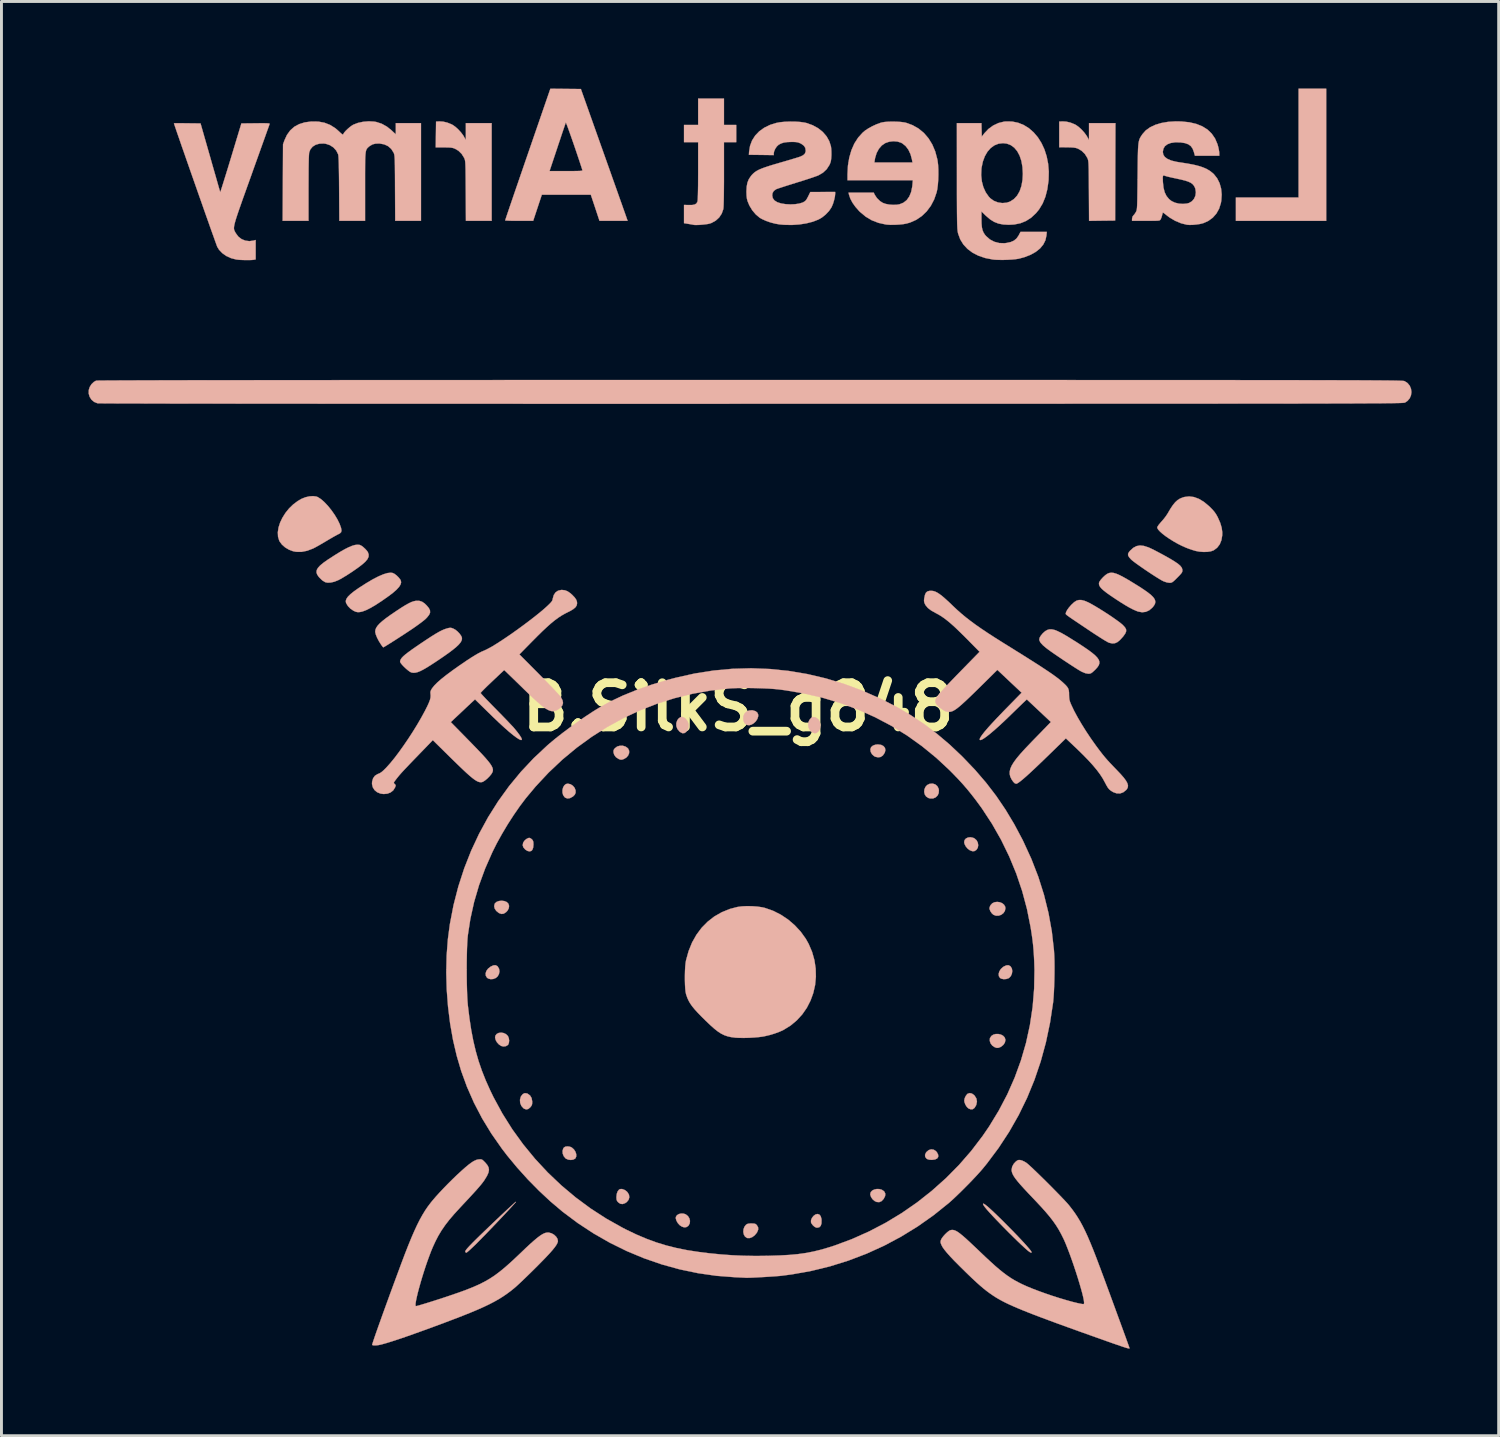
<source format=kicad_pcb>
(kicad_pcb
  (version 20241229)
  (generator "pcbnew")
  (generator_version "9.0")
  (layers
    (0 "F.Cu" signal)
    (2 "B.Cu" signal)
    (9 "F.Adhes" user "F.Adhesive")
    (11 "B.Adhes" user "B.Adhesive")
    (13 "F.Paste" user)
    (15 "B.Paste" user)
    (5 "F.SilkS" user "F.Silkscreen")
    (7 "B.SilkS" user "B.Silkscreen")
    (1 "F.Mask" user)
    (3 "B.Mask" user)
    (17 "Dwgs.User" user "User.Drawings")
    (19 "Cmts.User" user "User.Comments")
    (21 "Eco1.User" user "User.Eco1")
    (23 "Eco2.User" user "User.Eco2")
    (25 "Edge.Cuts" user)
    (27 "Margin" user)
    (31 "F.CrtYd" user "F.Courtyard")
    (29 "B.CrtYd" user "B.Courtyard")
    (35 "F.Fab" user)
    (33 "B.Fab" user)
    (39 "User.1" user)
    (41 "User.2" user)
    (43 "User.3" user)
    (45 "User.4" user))
  (footprint "B.SilkS_g848"
    (layer "F.Cu")
    (at 22.372 21.299)
    (property "Reference" "B.SilkS_g848" (at 0 0 0) (layer "F.SilkS") (effects (font (size 1.524 1.524) (thickness 0.3))))
    (attr through_hole)
    (fp_poly (pts (xy 20.256 -16.743) (xy 17.145 -16.743) (xy 17.145 -17.547) (xy 19.304 -17.547) (xy 19.304 -21.294) (xy 20.256 -21.294) (xy 20.256 -16.743)) (stroke (width 0.01) (type solid)) (fill yes) (layer "B.SilkS"))
    (fp_poly (pts (xy -1.852 0.372) (xy -1.811 0.404) (xy -1.742 0.49) (xy -1.707 0.59) (xy -1.706 0.694) (xy -1.74 0.794) (xy -1.789 0.86) (xy -1.854 0.902) (xy -1.923 0.903) (xy -1.999 0.862) (xy -2.02 0.845) (xy -2.092 0.758) (xy -2.128 0.658) (xy -2.129 0.555) (xy -2.094 0.457) (xy -2.055 0.404) (xy -1.989 0.353) (xy -1.923 0.342) (xy -1.852 0.372)) (stroke (width 0.01) (type solid)) (fill yes) (layer "B.SilkS"))
    (fp_poly (pts (xy 2.797 17.482) (xy 2.843 17.537) (xy 2.87 17.627) (xy 2.874 17.668) (xy 2.872 17.786) (xy 2.846 17.871) (xy 2.796 17.921) (xy 2.723 17.936) (xy 2.694 17.933) (xy 2.639 17.908) (xy 2.581 17.859) (xy 2.533 17.799) (xy 2.51 17.749) (xy 2.512 17.676) (xy 2.544 17.599) (xy 2.598 17.53) (xy 2.664 17.481) (xy 2.733 17.463) (xy 2.797 17.482)) (stroke (width 0.01) (type solid)) (fill yes) (layer "B.SilkS"))
    (fp_poly (pts (xy 6.736 15.248) (xy 6.813 15.297) (xy 6.852 15.344) (xy 6.892 15.427) (xy 6.892 15.497) (xy 6.856 15.551) (xy 6.784 15.586) (xy 6.679 15.6) (xy 6.668 15.6) (xy 6.581 15.594) (xy 6.52 15.575) (xy 6.49 15.556) (xy 6.445 15.497) (xy 6.438 15.427) (xy 6.47 15.352) (xy 6.488 15.328) (xy 6.565 15.263) (xy 6.65 15.237) (xy 6.736 15.248)) (stroke (width 0.01) (type solid)) (fill yes) (layer "B.SilkS"))
    (fp_poly (pts (xy -8.297 8.923) (xy -8.279 8.94) (xy -8.233 9.018) (xy -8.219 9.108) (xy -8.237 9.2) (xy -8.283 9.281) (xy -8.344 9.334) (xy -8.433 9.37) (xy -8.524 9.376) (xy -8.606 9.354) (xy -8.648 9.325) (xy -8.69 9.256) (xy -8.696 9.176) (xy -8.67 9.093) (xy -8.612 9.014) (xy -8.526 8.946) (xy -8.521 8.943) (xy -8.43 8.901) (xy -8.358 8.894) (xy -8.297 8.923)) (stroke (width 0.01) (type solid)) (fill yes) (layer "B.SilkS"))
    (fp_poly (pts (xy -8.048 6.686) (xy -7.966 6.721) (xy -7.91 6.779) (xy -7.888 6.854) (xy -7.9 6.937) (xy -7.945 7.019) (xy -7.992 7.068) (xy -8.072 7.12) (xy -8.151 7.13) (xy -8.234 7.1) (xy -8.244 7.094) (xy -8.329 7.025) (xy -8.383 6.945) (xy -8.402 6.862) (xy -8.385 6.783) (xy -8.374 6.764) (xy -8.318 6.714) (xy -8.237 6.684) (xy -8.143 6.674) (xy -8.048 6.686)) (stroke (width 0.01) (type solid)) (fill yes) (layer "B.SilkS"))
    (fp_poly (pts (xy -5.772 2.662) (xy -5.691 2.714) (xy -5.63 2.788) (xy -5.597 2.876) (xy -5.597 2.954) (xy -5.622 3.017) (xy -5.675 3.073) (xy -5.698 3.091) (xy -5.792 3.141) (xy -5.878 3.153) (xy -5.953 3.125) (xy -5.979 3.103) (xy -6.027 3.033) (xy -6.049 2.948) (xy -6.049 2.86) (xy -6.028 2.776) (xy -5.989 2.705) (xy -5.934 2.657) (xy -5.866 2.641) (xy -5.772 2.662)) (stroke (width 0.01) (type solid)) (fill yes) (layer "B.SilkS"))
    (fp_poly (pts (xy -1.875 17.451) (xy -1.801 17.477) (xy -1.727 17.536) (xy -1.678 17.614) (xy -1.657 17.701) (xy -1.666 17.787) (xy -1.706 17.861) (xy -1.725 17.881) (xy -1.79 17.919) (xy -1.862 17.923) (xy -1.937 17.898) (xy -2.011 17.85) (xy -2.075 17.779) (xy -2.122 17.698) (xy -2.146 17.619) (xy -2.144 17.567) (xy -2.108 17.508) (xy -2.044 17.467) (xy -1.963 17.447) (xy -1.875 17.451)) (stroke (width 0.01) (type solid)) (fill yes) (layer "B.SilkS"))
    (fp_poly (pts (xy 4.926 1.306) (xy 5.008 1.348) (xy 5.058 1.41) (xy 5.073 1.488) (xy 5.051 1.575) (xy 4.99 1.666) (xy 4.979 1.677) (xy 4.909 1.723) (xy 4.821 1.736) (xy 4.728 1.716) (xy 4.684 1.694) (xy 4.612 1.629) (xy 4.566 1.545) (xy 4.555 1.455) (xy 4.555 1.455) (xy 4.581 1.385) (xy 4.642 1.332) (xy 4.729 1.3) (xy 4.813 1.291) (xy 4.926 1.306)) (stroke (width 0.01) (type solid)) (fill yes) (layer "B.SilkS"))
    (fp_poly (pts (xy 6.789 2.667) (xy 6.861 2.727) (xy 6.906 2.814) (xy 6.916 2.863) (xy 6.909 2.967) (xy 6.869 3.052) (xy 6.802 3.116) (xy 6.717 3.151) (xy 6.618 3.153) (xy 6.551 3.134) (xy 6.475 3.083) (xy 6.428 3.011) (xy 6.409 2.927) (xy 6.417 2.84) (xy 6.451 2.758) (xy 6.51 2.691) (xy 6.593 2.649) (xy 6.597 2.648) (xy 6.699 2.639) (xy 6.789 2.667)) (stroke (width 0.01) (type solid)) (fill yes) (layer "B.SilkS"))
    (fp_poly (pts (xy -8.076 11.231) (xy -7.995 11.269) (xy -7.931 11.331) (xy -7.926 11.339) (xy -7.897 11.41) (xy -7.886 11.493) (xy -7.895 11.573) (xy -7.921 11.634) (xy -7.928 11.642) (xy -7.998 11.684) (xy -8.083 11.695) (xy -8.16 11.676) (xy -8.239 11.624) (xy -8.305 11.552) (xy -8.35 11.47) (xy -8.37 11.389) (xy -8.361 11.324) (xy -8.315 11.263) (xy -8.246 11.228) (xy -8.163 11.217) (xy -8.076 11.231)) (stroke (width 0.01) (type solid)) (fill yes) (layer "B.SilkS"))
    (fp_poly (pts (xy -5.793 15.146) (xy -5.727 15.175) (xy -5.654 15.24) (xy -5.603 15.319) (xy -5.575 15.403) (xy -5.574 15.481) (xy -5.603 15.546) (xy -5.613 15.557) (xy -5.678 15.591) (xy -5.762 15.603) (xy -5.851 15.592) (xy -5.929 15.558) (xy -5.945 15.546) (xy -6.006 15.472) (xy -6.041 15.383) (xy -6.047 15.291) (xy -6.022 15.208) (xy -5.997 15.173) (xy -5.946 15.143) (xy -5.872 15.135) (xy -5.793 15.146)) (stroke (width 0.01) (type solid)) (fill yes) (layer "B.SilkS"))
    (fp_poly (pts (xy -3.917 16.631) (xy -3.841 16.683) (xy -3.811 16.713) (xy -3.759 16.799) (xy -3.747 16.889) (xy -3.772 16.975) (xy -3.833 17.051) (xy -3.895 17.093) (xy -3.983 17.122) (xy -4.061 17.11) (xy -4.129 17.062) (xy -4.165 17.02) (xy -4.184 16.978) (xy -4.19 16.917) (xy -4.191 16.877) (xy -4.179 16.769) (xy -4.147 16.682) (xy -4.099 16.623) (xy -4.065 16.606) (xy -3.996 16.603) (xy -3.917 16.631)) (stroke (width 0.01) (type solid)) (fill yes) (layer "B.SilkS"))
    (fp_poly (pts (xy 0.501 0.116) (xy 0.6 0.145) (xy 0.664 0.196) (xy 0.693 0.267) (xy 0.693 0.318) (xy 0.665 0.41) (xy 0.612 0.492) (xy 0.541 0.56) (xy 0.462 0.608) (xy 0.38 0.63) (xy 0.305 0.62) (xy 0.286 0.61) (xy 0.228 0.563) (xy 0.194 0.498) (xy 0.179 0.43) (xy 0.181 0.323) (xy 0.218 0.233) (xy 0.285 0.164) (xy 0.374 0.122) (xy 0.481 0.113) (xy 0.501 0.116)) (stroke (width 0.01) (type solid)) (fill yes) (layer "B.SilkS"))
    (fp_poly (pts (xy 4.864 16.605) (xy 4.949 16.628) (xy 5.019 16.675) (xy 5.039 16.696) (xy 5.071 16.766) (xy 5.063 16.846) (xy 5.017 16.939) (xy 5.011 16.947) (xy 4.94 17.022) (xy 4.86 17.056) (xy 4.771 17.049) (xy 4.704 17.018) (xy 4.632 16.957) (xy 4.579 16.879) (xy 4.552 16.798) (xy 4.551 16.779) (xy 4.569 16.71) (xy 4.619 16.657) (xy 4.69 16.621) (xy 4.775 16.603) (xy 4.864 16.605)) (stroke (width 0.01) (type solid)) (fill yes) (layer "B.SilkS"))
    (fp_poly (pts (xy 8.052 13.315) (xy 8.127 13.367) (xy 8.146 13.388) (xy 8.207 13.485) (xy 8.226 13.591) (xy 8.204 13.703) (xy 8.195 13.723) (xy 8.143 13.81) (xy 8.081 13.855) (xy 8.009 13.859) (xy 7.932 13.827) (xy 7.877 13.774) (xy 7.829 13.698) (xy 7.797 13.614) (xy 7.789 13.559) (xy 7.803 13.48) (xy 7.84 13.4) (xy 7.889 13.336) (xy 7.908 13.321) (xy 7.977 13.299) (xy 8.052 13.315)) (stroke (width 0.01) (type solid)) (fill yes) (layer "B.SilkS"))
    (fp_poly (pts (xy 8.089 4.504) (xy 8.145 4.53) (xy 8.214 4.593) (xy 8.256 4.674) (xy 8.27 4.763) (xy 8.255 4.849) (xy 8.209 4.92) (xy 8.202 4.927) (xy 8.138 4.965) (xy 8.069 4.969) (xy 7.986 4.938) (xy 7.98 4.935) (xy 7.906 4.88) (xy 7.842 4.804) (xy 7.799 4.721) (xy 7.785 4.657) (xy 7.801 4.585) (xy 7.848 4.53) (xy 7.918 4.497) (xy 8.001 4.487) (xy 8.089 4.504)) (stroke (width 0.01) (type solid)) (fill yes) (layer "B.SilkS"))
    (fp_poly (pts (xy 9.369 8.924) (xy 9.388 8.942) (xy 9.43 9.011) (xy 9.443 9.097) (xy 9.43 9.187) (xy 9.393 9.27) (xy 9.335 9.332) (xy 9.314 9.345) (xy 9.233 9.371) (xy 9.145 9.376) (xy 9.066 9.36) (xy 9.021 9.334) (xy 8.981 9.27) (xy 8.974 9.193) (xy 8.997 9.11) (xy 9.047 9.029) (xy 9.122 8.96) (xy 9.155 8.938) (xy 9.241 8.9) (xy 9.309 8.895) (xy 9.369 8.924)) (stroke (width 0.01) (type solid)) (fill yes) (layer "B.SilkS"))
    (fp_poly (pts (xy -7.271 13.311) (xy -7.249 13.32) (xy -7.165 13.382) (xy -7.112 13.472) (xy -7.091 13.588) (xy -7.091 13.604) (xy -7.095 13.679) (xy -7.114 13.732) (xy -7.154 13.786) (xy -7.157 13.789) (xy -7.226 13.847) (xy -7.297 13.863) (xy -7.371 13.837) (xy -7.395 13.82) (xy -7.466 13.739) (xy -7.506 13.639) (xy -7.513 13.532) (xy -7.486 13.429) (xy -7.472 13.403) (xy -7.413 13.332) (xy -7.347 13.301) (xy -7.271 13.311)) (stroke (width 0.01) (type solid)) (fill yes) (layer "B.SilkS"))
    (fp_poly (pts (xy -3.968 1.337) (xy -3.873 1.367) (xy -3.797 1.424) (xy -3.788 1.434) (xy -3.753 1.51) (xy -3.754 1.592) (xy -3.787 1.672) (xy -3.849 1.743) (xy -3.93 1.791) (xy -3.994 1.814) (xy -4.045 1.816) (xy -4.103 1.797) (xy -4.117 1.79) (xy -4.207 1.73) (xy -4.268 1.647) (xy -4.29 1.571) (xy -4.293 1.511) (xy -4.276 1.464) (xy -4.24 1.418) (xy -4.163 1.362) (xy -4.069 1.336) (xy -3.968 1.337)) (stroke (width 0.01) (type solid)) (fill yes) (layer "B.SilkS"))
    (fp_poly (pts (xy 2.656 0.357) (xy 2.678 0.366) (xy 2.763 0.426) (xy 2.814 0.51) (xy 2.832 0.619) (xy 2.831 0.661) (xy 2.821 0.741) (xy 2.801 0.796) (xy 2.764 0.845) (xy 2.762 0.847) (xy 2.701 0.895) (xy 2.64 0.907) (xy 2.569 0.882) (xy 2.546 0.869) (xy 2.473 0.801) (xy 2.428 0.711) (xy 2.412 0.608) (xy 2.429 0.506) (xy 2.455 0.449) (xy 2.514 0.378) (xy 2.58 0.347) (xy 2.656 0.357)) (stroke (width 0.01) (type solid)) (fill yes) (layer "B.SilkS"))
    (fp_poly (pts (xy 9.012 6.725) (xy 9.094 6.758) (xy 9.159 6.81) (xy 9.199 6.878) (xy 9.207 6.932) (xy 9.189 7.024) (xy 9.138 7.101) (xy 9.063 7.158) (xy 8.975 7.189) (xy 8.881 7.19) (xy 8.793 7.157) (xy 8.736 7.105) (xy 8.688 7.033) (xy 8.66 6.958) (xy 8.657 6.929) (xy 8.668 6.885) (xy 8.694 6.83) (xy 8.698 6.823) (xy 8.757 6.761) (xy 8.835 6.725) (xy 8.923 6.714) (xy 9.012 6.725)) (stroke (width 0.01) (type solid)) (fill yes) (layer "B.SilkS"))
    (fp_poly (pts (xy -7.15 4.523) (xy -7.104 4.557) (xy -7.1 4.56) (xy -7.069 4.6) (xy -7.053 4.648) (xy -7.049 4.721) (xy -7.048 4.731) (xy -7.058 4.843) (xy -7.087 4.922) (xy -7.12 4.958) (xy -7.181 4.975) (xy -7.254 4.959) (xy -7.327 4.914) (xy -7.331 4.91) (xy -7.395 4.838) (xy -7.419 4.765) (xy -7.405 4.683) (xy -7.399 4.668) (xy -7.358 4.606) (xy -7.296 4.551) (xy -7.229 4.516) (xy -7.19 4.509) (xy -7.15 4.523)) (stroke (width 0.01) (type solid)) (fill yes) (layer "B.SilkS"))
    (fp_poly (pts (xy 9.05 11.284) (xy 9.125 11.323) (xy 9.18 11.38) (xy 9.206 11.455) (xy 9.207 11.474) (xy 9.188 11.56) (xy 9.135 11.639) (xy 9.058 11.702) (xy 9.024 11.719) (xy 8.96 11.741) (xy 8.909 11.743) (xy 8.85 11.724) (xy 8.835 11.717) (xy 8.755 11.664) (xy 8.697 11.588) (xy 8.668 11.502) (xy 8.672 11.416) (xy 8.677 11.402) (xy 8.723 11.332) (xy 8.791 11.287) (xy 8.875 11.264) (xy 8.964 11.264) (xy 9.05 11.284)) (stroke (width 0.01) (type solid)) (fill yes) (layer "B.SilkS"))
    (fp_poly (pts (xy 0.536 17.792) (xy 0.585 17.801) (xy 0.618 17.82) (xy 0.647 17.85) (xy 0.689 17.923) (xy 0.692 18.001) (xy 0.656 18.09) (xy 0.644 18.11) (xy 0.572 18.197) (xy 0.489 18.259) (xy 0.402 18.293) (xy 0.322 18.293) (xy 0.303 18.287) (xy 0.238 18.241) (xy 0.197 18.17) (xy 0.179 18.083) (xy 0.186 17.99) (xy 0.219 17.903) (xy 0.267 17.841) (xy 0.304 17.813) (xy 0.349 17.797) (xy 0.414 17.791) (xy 0.459 17.791) (xy 0.536 17.792)) (stroke (width 0.01) (type solid)) (fill yes) (layer "B.SilkS"))
    (fp_poly (pts (xy 8.478 17.12) (xy 8.497 17.132) (xy 8.554 17.175) (xy 8.635 17.244) (xy 8.735 17.335) (xy 8.852 17.445) (xy 8.98 17.569) (xy 9.117 17.703) (xy 9.258 17.845) (xy 9.4 17.989) (xy 9.539 18.131) (xy 9.671 18.269) (xy 9.792 18.398) (xy 9.899 18.515) (xy 9.987 18.615) (xy 10.053 18.694) (xy 10.094 18.749) (xy 10.099 18.758) (xy 10.108 18.79) (xy 10.09 18.796) (xy 10.049 18.777) (xy 9.989 18.734) (xy 9.957 18.707) (xy 9.859 18.62) (xy 9.742 18.511) (xy 9.609 18.384) (xy 9.466 18.244) (xy 9.317 18.097) (xy 9.167 17.945) (xy 9.021 17.795) (xy 8.882 17.651) (xy 8.756 17.518) (xy 8.647 17.4) (xy 8.561 17.302) (xy 8.505 17.234) (xy 8.456 17.165) (xy 8.435 17.122) (xy 8.442 17.106) (xy 8.478 17.12)) (stroke (width 0.01) (type solid)) (fill yes) (layer "B.SilkS"))
    (fp_poly (pts (xy -11.899 -4.615) (xy -11.836 -4.585) (xy -11.762 -4.529) (xy -11.692 -4.46) (xy -11.636 -4.389) (xy -11.622 -4.364) (xy -11.606 -4.297) (xy -11.624 -4.221) (xy -11.677 -4.135) (xy -11.766 -4.038) (xy -11.893 -3.927) (xy -12.033 -3.821) (xy -12.27 -3.654) (xy -12.479 -3.517) (xy -12.661 -3.41) (xy -12.816 -3.333) (xy -12.945 -3.285) (xy -13.03 -3.268) (xy -13.103 -3.265) (xy -13.167 -3.278) (xy -13.243 -3.312) (xy -13.245 -3.313) (xy -13.349 -3.383) (xy -13.438 -3.474) (xy -13.498 -3.573) (xy -13.504 -3.586) (xy -13.513 -3.65) (xy -13.491 -3.721) (xy -13.438 -3.798) (xy -13.35 -3.885) (xy -13.227 -3.984) (xy -13.067 -4.097) (xy -13.06 -4.101) (xy -12.807 -4.263) (xy -12.584 -4.395) (xy -12.388 -4.496) (xy -12.22 -4.568) (xy -12.08 -4.611) (xy -11.965 -4.624) (xy -11.899 -4.615)) (stroke (width 0.01) (type solid)) (fill yes) (layer "B.SilkS"))
    (fp_poly (pts (xy -13.041 -5.582) (xy -13.028 -5.579) (xy -12.976 -5.554) (xy -12.91 -5.505) (xy -12.843 -5.444) (xy -12.785 -5.38) (xy -12.751 -5.331) (xy -12.724 -5.25) (xy -12.728 -5.172) (xy -12.766 -5.09) (xy -12.84 -5.002) (xy -12.951 -4.904) (xy -13.056 -4.823) (xy -13.182 -4.733) (xy -13.32 -4.639) (xy -13.46 -4.548) (xy -13.592 -4.467) (xy -13.708 -4.4) (xy -13.778 -4.364) (xy -13.907 -4.313) (xy -14.031 -4.285) (xy -14.141 -4.28) (xy -14.221 -4.297) (xy -14.323 -4.36) (xy -14.426 -4.461) (xy -14.452 -4.492) (xy -14.501 -4.567) (xy -14.522 -4.64) (xy -14.513 -4.713) (xy -14.472 -4.788) (xy -14.398 -4.87) (xy -14.289 -4.961) (xy -14.143 -5.065) (xy -14.111 -5.086) (xy -13.894 -5.226) (xy -13.708 -5.341) (xy -13.548 -5.432) (xy -13.412 -5.501) (xy -13.297 -5.549) (xy -13.198 -5.578) (xy -13.114 -5.588) (xy -13.041 -5.582)) (stroke (width 0.01) (type solid)) (fill yes) (layer "B.SilkS"))
    (fp_poly (pts (xy -7.663 17.06) (xy -7.701 17.104) (xy -7.762 17.172) (xy -7.842 17.26) (xy -7.939 17.365) (xy -8.049 17.483) (xy -8.17 17.611) (xy -8.297 17.745) (xy -8.428 17.882) (xy -8.559 18.019) (xy -8.687 18.152) (xy -8.81 18.277) (xy -8.923 18.392) (xy -8.961 18.431) (xy -9.063 18.533) (xy -9.158 18.623) (xy -9.239 18.699) (xy -9.304 18.756) (xy -9.346 18.789) (xy -9.361 18.796) (xy -9.392 18.779) (xy -9.398 18.751) (xy -9.382 18.718) (xy -9.336 18.658) (xy -9.258 18.572) (xy -9.148 18.458) (xy -9.065 18.375) (xy -8.958 18.27) (xy -8.838 18.153) (xy -8.709 18.029) (xy -8.574 17.899) (xy -8.437 17.768) (xy -8.3 17.638) (xy -8.168 17.513) (xy -8.044 17.397) (xy -7.931 17.291) (xy -7.832 17.2) (xy -7.752 17.127) (xy -7.693 17.075) (xy -7.659 17.047) (xy -7.652 17.043) (xy -7.663 17.06)) (stroke (width 0.01) (type solid)) (fill yes) (layer "B.SilkS"))
    (fp_poly (pts (xy -10.161 -20.16) (xy -10.016 -20.126) (xy -9.874 -20.069) (xy -9.84 -20.052) (xy -9.745 -19.987) (xy -9.643 -19.896) (xy -9.547 -19.792) (xy -9.467 -19.685) (xy -9.442 -19.643) (xy -9.378 -19.526) (xy -9.377 -19.817) (xy -9.377 -20.108) (xy -8.488 -20.108) (xy -8.488 -16.743) (xy -9.375 -16.743) (xy -9.381 -17.775) (xy -9.383 -18.01) (xy -9.384 -18.207) (xy -9.386 -18.37) (xy -9.387 -18.501) (xy -9.39 -18.606) (xy -9.393 -18.688) (xy -9.397 -18.751) (xy -9.402 -18.798) (xy -9.408 -18.834) (xy -9.416 -18.862) (xy -9.425 -18.887) (xy -9.436 -18.912) (xy -9.436 -18.912) (xy -9.521 -19.048) (xy -9.634 -19.158) (xy -9.745 -19.223) (xy -9.795 -19.244) (xy -9.844 -19.257) (xy -9.903 -19.266) (xy -9.981 -19.27) (xy -10.088 -19.272) (xy -10.134 -19.272) (xy -10.415 -19.272) (xy -10.409 -19.717) (xy -10.403 -20.161) (xy -10.291 -20.168) (xy -10.161 -20.16)) (stroke (width 0.01) (type solid)) (fill yes) (layer "B.SilkS"))
    (fp_poly (pts (xy 11.302 -20.16) (xy 11.447 -20.126) (xy 11.589 -20.069) (xy 11.623 -20.052) (xy 11.718 -19.987) (xy 11.82 -19.896) (xy 11.916 -19.792) (xy 11.996 -19.685) (xy 12.021 -19.643) (xy 12.085 -19.526) (xy 12.086 -19.817) (xy 12.086 -20.108) (xy 12.997 -20.108) (xy 12.991 -18.431) (xy 12.986 -16.753) (xy 12.537 -16.748) (xy 12.088 -16.742) (xy 12.082 -17.774) (xy 12.08 -18.01) (xy 12.079 -18.207) (xy 12.077 -18.37) (xy 12.076 -18.501) (xy 12.073 -18.606) (xy 12.07 -18.688) (xy 12.066 -18.751) (xy 12.061 -18.798) (xy 12.055 -18.834) (xy 12.047 -18.862) (xy 12.038 -18.887) (xy 12.027 -18.912) (xy 12.027 -18.912) (xy 11.943 -19.048) (xy 11.829 -19.157) (xy 11.718 -19.223) (xy 11.666 -19.244) (xy 11.613 -19.258) (xy 11.549 -19.267) (xy 11.464 -19.272) (xy 11.347 -19.275) (xy 11.335 -19.275) (xy 11.06 -19.278) (xy 11.06 -20.161) (xy 11.172 -20.168) (xy 11.302 -20.16)) (stroke (width 0.01) (type solid)) (fill yes) (layer "B.SilkS"))
    (fp_poly (pts (xy 12.93 -4.617) (xy 13.026 -4.589) (xy 13.14 -4.54) (xy 13.276 -4.469) (xy 13.439 -4.376) (xy 13.594 -4.282) (xy 13.803 -4.153) (xy 13.976 -4.04) (xy 14.115 -3.942) (xy 14.222 -3.856) (xy 14.299 -3.779) (xy 14.347 -3.709) (xy 14.369 -3.644) (xy 14.366 -3.581) (xy 14.341 -3.518) (xy 14.295 -3.453) (xy 14.273 -3.427) (xy 14.163 -3.331) (xy 14.044 -3.276) (xy 13.915 -3.261) (xy 13.774 -3.287) (xy 13.714 -3.31) (xy 13.602 -3.359) (xy 13.48 -3.422) (xy 13.342 -3.502) (xy 13.182 -3.601) (xy 13.009 -3.713) (xy 12.839 -3.827) (xy 12.703 -3.923) (xy 12.598 -4.005) (xy 12.521 -4.074) (xy 12.469 -4.134) (xy 12.439 -4.188) (xy 12.428 -4.238) (xy 12.434 -4.289) (xy 12.455 -4.33) (xy 12.499 -4.389) (xy 12.557 -4.453) (xy 12.57 -4.467) (xy 12.641 -4.533) (xy 12.708 -4.582) (xy 12.776 -4.612) (xy 12.849 -4.624) (xy 12.93 -4.617)) (stroke (width 0.01) (type solid)) (fill yes) (layer "B.SilkS"))
    (fp_poly (pts (xy -14.53 -7.248) (xy -14.476 -7.228) (xy -14.366 -7.157) (xy -14.248 -7.053) (xy -14.126 -6.924) (xy -14.008 -6.777) (xy -13.898 -6.621) (xy -13.802 -6.462) (xy -13.726 -6.308) (xy -13.675 -6.167) (xy -13.675 -6.164) (xy -13.66 -6.08) (xy -13.672 -6.021) (xy -13.716 -5.977) (xy -13.767 -5.951) (xy -13.815 -5.927) (xy -13.891 -5.885) (xy -13.987 -5.83) (xy -14.095 -5.767) (xy -14.184 -5.714) (xy -14.299 -5.646) (xy -14.413 -5.58) (xy -14.514 -5.523) (xy -14.596 -5.479) (xy -14.637 -5.458) (xy -14.842 -5.38) (xy -15.037 -5.341) (xy -15.221 -5.343) (xy -15.326 -5.363) (xy -15.47 -5.417) (xy -15.602 -5.496) (xy -15.712 -5.593) (xy -15.791 -5.7) (xy -15.804 -5.725) (xy -15.846 -5.863) (xy -15.853 -6.016) (xy -15.829 -6.18) (xy -15.775 -6.349) (xy -15.695 -6.517) (xy -15.591 -6.682) (xy -15.467 -6.836) (xy -15.324 -6.975) (xy -15.165 -7.094) (xy -15.033 -7.17) (xy -14.902 -7.222) (xy -14.768 -7.253) (xy -14.64 -7.262) (xy -14.53 -7.248)) (stroke (width 0.01) (type solid)) (fill yes) (layer "B.SilkS"))
    (fp_poly (pts (xy -10.976 -3.654) (xy -10.884 -3.624) (xy -10.794 -3.562) (xy -10.723 -3.492) (xy -10.65 -3.403) (xy -10.612 -3.325) (xy -10.609 -3.25) (xy -10.643 -3.172) (xy -10.713 -3.084) (xy -10.759 -3.036) (xy -10.818 -2.985) (xy -10.906 -2.916) (xy -11.017 -2.834) (xy -11.144 -2.744) (xy -11.28 -2.651) (xy -11.324 -2.622) (xy -11.483 -2.517) (xy -11.637 -2.417) (xy -11.781 -2.324) (xy -11.912 -2.241) (xy -12.024 -2.17) (xy -12.116 -2.113) (xy -12.181 -2.074) (xy -12.217 -2.055) (xy -12.222 -2.053) (xy -12.239 -2.069) (xy -12.27 -2.11) (xy -12.294 -2.143) (xy -12.372 -2.266) (xy -12.434 -2.385) (xy -12.477 -2.491) (xy -12.498 -2.576) (xy -12.499 -2.594) (xy -12.491 -2.659) (xy -12.465 -2.725) (xy -12.419 -2.795) (xy -12.349 -2.872) (xy -12.254 -2.957) (xy -12.13 -3.055) (xy -11.975 -3.167) (xy -11.785 -3.296) (xy -11.743 -3.324) (xy -11.583 -3.429) (xy -11.451 -3.51) (xy -11.342 -3.57) (xy -11.252 -3.613) (xy -11.173 -3.64) (xy -11.102 -3.655) (xy -11.078 -3.657) (xy -10.976 -3.654)) (stroke (width 0.01) (type solid)) (fill yes) (layer "B.SilkS"))
    (fp_poly (pts (xy 10.891 -2.655) (xy 10.998 -2.614) (xy 11.126 -2.552) (xy 11.279 -2.465) (xy 11.451 -2.36) (xy 11.687 -2.212) (xy 11.887 -2.081) (xy 12.054 -1.967) (xy 12.189 -1.867) (xy 12.294 -1.779) (xy 12.37 -1.7) (xy 12.419 -1.629) (xy 12.443 -1.562) (xy 12.443 -1.499) (xy 12.421 -1.435) (xy 12.379 -1.371) (xy 12.318 -1.302) (xy 12.269 -1.254) (xy 12.206 -1.196) (xy 12.159 -1.163) (xy 12.118 -1.148) (xy 12.069 -1.144) (xy 12.061 -1.144) (xy 11.96 -1.162) (xy 11.837 -1.213) (xy 11.832 -1.216) (xy 11.771 -1.25) (xy 11.681 -1.305) (xy 11.569 -1.376) (xy 11.44 -1.46) (xy 11.302 -1.551) (xy 11.159 -1.646) (xy 11.019 -1.741) (xy 10.887 -1.831) (xy 10.77 -1.913) (xy 10.673 -1.983) (xy 10.609 -2.032) (xy 10.497 -2.127) (xy 10.421 -2.209) (xy 10.381 -2.281) (xy 10.372 -2.331) (xy 10.388 -2.391) (xy 10.432 -2.463) (xy 10.495 -2.538) (xy 10.57 -2.604) (xy 10.586 -2.616) (xy 10.652 -2.653) (xy 10.722 -2.673) (xy 10.801 -2.674) (xy 10.891 -2.655)) (stroke (width 0.01) (type solid)) (fill yes) (layer "B.SilkS"))
    (fp_poly (pts (xy 13.975 -5.547) (xy 14.128 -5.498) (xy 14.141 -5.493) (xy 14.228 -5.453) (xy 14.342 -5.397) (xy 14.473 -5.328) (xy 14.614 -5.253) (xy 14.754 -5.176) (xy 14.884 -5.102) (xy 14.995 -5.035) (xy 15.033 -5.011) (xy 15.148 -4.933) (xy 15.228 -4.865) (xy 15.277 -4.802) (xy 15.3 -4.741) (xy 15.303 -4.705) (xy 15.3 -4.669) (xy 15.287 -4.634) (xy 15.258 -4.593) (xy 15.209 -4.538) (xy 15.135 -4.462) (xy 15.126 -4.453) (xy 15.05 -4.377) (xy 14.995 -4.327) (xy 14.954 -4.297) (xy 14.919 -4.281) (xy 14.883 -4.276) (xy 14.856 -4.276) (xy 14.763 -4.29) (xy 14.654 -4.328) (xy 14.637 -4.336) (xy 14.571 -4.371) (xy 14.48 -4.426) (xy 14.369 -4.495) (xy 14.245 -4.575) (xy 14.114 -4.662) (xy 13.982 -4.751) (xy 13.856 -4.839) (xy 13.741 -4.92) (xy 13.645 -4.991) (xy 13.572 -5.048) (xy 13.532 -5.084) (xy 13.465 -5.16) (xy 13.432 -5.222) (xy 13.432 -5.278) (xy 13.465 -5.338) (xy 13.504 -5.384) (xy 13.611 -5.481) (xy 13.722 -5.54) (xy 13.842 -5.562) (xy 13.975 -5.547)) (stroke (width 0.01) (type solid)) (fill yes) (layer "B.SilkS"))
    (fp_poly (pts (xy -0.487 -20.045) (xy -0.064 -20.045) (xy -0.064 -19.452) (xy -0.487 -19.452) (xy -0.487 -18.353) (xy -0.487 -18.082) (xy -0.489 -17.841) (xy -0.491 -17.633) (xy -0.494 -17.458) (xy -0.498 -17.32) (xy -0.502 -17.219) (xy -0.508 -17.159) (xy -0.509 -17.148) (xy -0.563 -16.994) (xy -0.652 -16.859) (xy -0.771 -16.75) (xy -0.916 -16.67) (xy -0.98 -16.648) (xy -1.043 -16.634) (xy -1.132 -16.622) (xy -1.233 -16.611) (xy -1.336 -16.603) (xy -1.429 -16.6) (xy -1.498 -16.601) (xy -1.524 -16.604) (xy -1.56 -16.611) (xy -1.624 -16.623) (xy -1.703 -16.636) (xy -1.709 -16.637) (xy -1.863 -16.662) (xy -1.863 -17.291) (xy -1.697 -17.287) (xy -1.58 -17.289) (xy -1.497 -17.305) (xy -1.441 -17.337) (xy -1.407 -17.389) (xy -1.397 -17.418) (xy -1.392 -17.458) (xy -1.388 -17.536) (xy -1.384 -17.649) (xy -1.381 -17.795) (xy -1.378 -17.97) (xy -1.377 -18.17) (xy -1.376 -18.392) (xy -1.376 -18.473) (xy -1.376 -19.452) (xy -1.863 -19.452) (xy -1.863 -20.045) (xy -1.376 -20.045) (xy -1.376 -20.955) (xy -0.487 -20.955) (xy -0.487 -20.045)) (stroke (width 0.01) (type solid)) (fill yes) (layer "B.SilkS"))
    (fp_poly (pts (xy 11.832 -3.682) (xy 11.94 -3.653) (xy 12.07 -3.597) (xy 12.224 -3.513) (xy 12.393 -3.413) (xy 12.564 -3.307) (xy 12.73 -3.201) (xy 12.885 -3.097) (xy 13.023 -3) (xy 13.14 -2.915) (xy 13.227 -2.844) (xy 13.254 -2.819) (xy 13.324 -2.743) (xy 13.362 -2.675) (xy 13.366 -2.608) (xy 13.337 -2.533) (xy 13.275 -2.443) (xy 13.245 -2.407) (xy 13.148 -2.301) (xy 13.061 -2.231) (xy 12.977 -2.194) (xy 12.889 -2.187) (xy 12.79 -2.208) (xy 12.764 -2.217) (xy 12.724 -2.237) (xy 12.654 -2.277) (xy 12.558 -2.335) (xy 12.443 -2.408) (xy 12.311 -2.493) (xy 12.169 -2.586) (xy 12.065 -2.656) (xy 11.879 -2.781) (xy 11.726 -2.884) (xy 11.601 -2.968) (xy 11.502 -3.035) (xy 11.426 -3.087) (xy 11.37 -3.127) (xy 11.331 -3.156) (xy 11.306 -3.176) (xy 11.292 -3.191) (xy 11.285 -3.201) (xy 11.283 -3.209) (xy 11.283 -3.213) (xy 11.297 -3.269) (xy 11.337 -3.344) (xy 11.398 -3.428) (xy 11.473 -3.514) (xy 11.556 -3.592) (xy 11.582 -3.614) (xy 11.658 -3.662) (xy 11.74 -3.684) (xy 11.832 -3.682)) (stroke (width 0.01) (type solid)) (fill yes) (layer "B.SilkS"))
    (fp_poly (pts (xy -9.871 -2.721) (xy -9.817 -2.702) (xy -9.812 -2.7) (xy -9.737 -2.659) (xy -9.659 -2.595) (xy -9.589 -2.52) (xy -9.536 -2.444) (xy -9.514 -2.391) (xy -9.511 -2.338) (xy -9.527 -2.281) (xy -9.563 -2.218) (xy -9.622 -2.148) (xy -9.707 -2.067) (xy -9.819 -1.975) (xy -9.96 -1.868) (xy -10.134 -1.745) (xy -10.342 -1.603) (xy -10.366 -1.587) (xy -10.55 -1.466) (xy -10.705 -1.368) (xy -10.835 -1.292) (xy -10.943 -1.237) (xy -11.033 -1.201) (xy -11.11 -1.181) (xy -11.178 -1.176) (xy -11.24 -1.184) (xy -11.258 -1.189) (xy -11.305 -1.213) (xy -11.368 -1.259) (xy -11.439 -1.319) (xy -11.509 -1.385) (xy -11.572 -1.451) (xy -11.618 -1.509) (xy -11.641 -1.55) (xy -11.642 -1.556) (xy -11.636 -1.599) (xy -11.617 -1.643) (xy -11.583 -1.692) (xy -11.529 -1.748) (xy -11.454 -1.813) (xy -11.353 -1.891) (xy -11.225 -1.984) (xy -11.066 -2.094) (xy -10.911 -2.199) (xy -10.721 -2.326) (xy -10.56 -2.431) (xy -10.425 -2.515) (xy -10.312 -2.581) (xy -10.216 -2.631) (xy -10.133 -2.668) (xy -10.06 -2.694) (xy -10.039 -2.701) (xy -9.965 -2.72) (xy -9.915 -2.726) (xy -9.871 -2.721)) (stroke (width 0.01) (type solid)) (fill yes) (layer "B.SilkS"))
    (fp_poly (pts (xy 15.7 -7.23) (xy 15.871 -7.167) (xy 16.044 -7.063) (xy 16.219 -6.917) (xy 16.258 -6.88) (xy 16.35 -6.785) (xy 16.418 -6.703) (xy 16.472 -6.622) (xy 16.523 -6.529) (xy 16.527 -6.519) (xy 16.607 -6.337) (xy 16.655 -6.173) (xy 16.676 -6.019) (xy 16.675 -5.917) (xy 16.647 -5.745) (xy 16.588 -5.6) (xy 16.498 -5.483) (xy 16.38 -5.395) (xy 16.372 -5.392) (xy 16.282 -5.36) (xy 16.163 -5.342) (xy 16.028 -5.339) (xy 15.889 -5.349) (xy 15.758 -5.374) (xy 15.755 -5.375) (xy 15.657 -5.404) (xy 15.544 -5.442) (xy 15.44 -5.481) (xy 15.437 -5.482) (xy 15.292 -5.546) (xy 15.144 -5.62) (xy 14.998 -5.703) (xy 14.858 -5.79) (xy 14.731 -5.877) (xy 14.62 -5.962) (xy 14.531 -6.041) (xy 14.468 -6.11) (xy 14.438 -6.166) (xy 14.436 -6.182) (xy 14.45 -6.219) (xy 14.491 -6.278) (xy 14.553 -6.352) (xy 14.579 -6.381) (xy 14.652 -6.465) (xy 14.723 -6.556) (xy 14.78 -6.64) (xy 14.796 -6.665) (xy 14.891 -6.827) (xy 14.976 -6.954) (xy 15.056 -7.051) (xy 15.136 -7.124) (xy 15.221 -7.177) (xy 15.315 -7.215) (xy 15.369 -7.231) (xy 15.533 -7.251) (xy 15.7 -7.23)) (stroke (width 0.01) (type solid)) (fill yes) (layer "B.SilkS"))
    (fp_poly (pts (xy 0.482 6.863) (xy 0.664 6.876) (xy 0.829 6.9) (xy 0.921 6.921) (xy 1.199 7.018) (xy 1.466 7.152) (xy 1.719 7.32) (xy 1.95 7.518) (xy 2.156 7.74) (xy 2.331 7.984) (xy 2.43 8.16) (xy 2.549 8.439) (xy 2.629 8.723) (xy 2.672 9.01) (xy 2.679 9.296) (xy 2.652 9.578) (xy 2.59 9.851) (xy 2.495 10.112) (xy 2.369 10.359) (xy 2.211 10.587) (xy 2.024 10.792) (xy 1.809 10.972) (xy 1.565 11.123) (xy 1.535 11.139) (xy 1.406 11.195) (xy 1.251 11.251) (xy 1.083 11.301) (xy 0.918 11.34) (xy 0.847 11.354) (xy 0.715 11.371) (xy 0.556 11.385) (xy 0.384 11.395) (xy 0.212 11.399) (xy 0.052 11.398) (xy -0.082 11.392) (xy -0.106 11.389) (xy -0.243 11.371) (xy -0.364 11.344) (xy -0.476 11.305) (xy -0.585 11.251) (xy -0.697 11.178) (xy -0.818 11.083) (xy -0.954 10.962) (xy -1.108 10.816) (xy -1.266 10.659) (xy -1.396 10.525) (xy -1.502 10.408) (xy -1.586 10.304) (xy -1.653 10.208) (xy -1.706 10.115) (xy -1.749 10.019) (xy -1.785 9.916) (xy -1.792 9.895) (xy -1.809 9.814) (xy -1.821 9.7) (xy -1.829 9.561) (xy -1.833 9.408) (xy -1.833 9.247) (xy -1.829 9.088) (xy -1.821 8.941) (xy -1.808 8.813) (xy -1.793 8.725) (xy -1.705 8.408) (xy -1.586 8.114) (xy -1.435 7.846) (xy -1.256 7.606) (xy -1.049 7.396) (xy -0.818 7.216) (xy -0.562 7.07) (xy -0.284 6.957) (xy -0.023 6.889) (xy 0.124 6.869) (xy 0.297 6.86) (xy 0.482 6.863)) (stroke (width 0.01) (type solid)) (fill yes) (layer "B.SilkS"))
    (fp_poly (pts (xy -5.941 -21.288) (xy -5.415 -21.283) (xy -4.626 -19.061) (xy -4.521 -18.765) (xy -4.42 -18.481) (xy -4.324 -18.209) (xy -4.233 -17.954) (xy -4.149 -17.717) (xy -4.073 -17.501) (xy -4.004 -17.309) (xy -3.946 -17.143) (xy -3.897 -17.005) (xy -3.86 -16.9) (xy -3.835 -16.828) (xy -3.823 -16.793) (xy -3.822 -16.79) (xy -3.807 -16.743) (xy -4.774 -16.743) (xy -4.923 -17.193) (xy -5.073 -17.642) (xy -6.76 -17.642) (xy -6.909 -17.193) (xy -7.058 -16.743) (xy -7.54 -16.743) (xy -7.678 -16.743) (xy -7.8 -16.745) (xy -7.902 -16.748) (xy -7.976 -16.752) (xy -8.017 -16.756) (xy -8.023 -16.759) (xy -8.016 -16.78) (xy -7.996 -16.84) (xy -7.965 -16.934) (xy -7.922 -17.06) (xy -7.869 -17.217) (xy -7.806 -17.4) (xy -7.735 -17.609) (xy -7.656 -17.839) (xy -7.57 -18.089) (xy -7.478 -18.357) (xy -7.443 -18.457) (xy -6.495 -18.457) (xy -5.924 -18.457) (xy -5.753 -18.457) (xy -5.621 -18.458) (xy -5.521 -18.46) (xy -5.451 -18.462) (xy -5.404 -18.466) (xy -5.377 -18.472) (xy -5.365 -18.48) (xy -5.363 -18.49) (xy -5.364 -18.494) (xy -5.414 -18.648) (xy -5.468 -18.812) (xy -5.526 -18.985) (xy -5.585 -19.16) (xy -5.644 -19.333) (xy -5.702 -19.5) (xy -5.757 -19.657) (xy -5.807 -19.798) (xy -5.851 -19.921) (xy -5.887 -20.019) (xy -5.914 -20.088) (xy -5.931 -20.125) (xy -5.935 -20.13) (xy -5.944 -20.103) (xy -5.965 -20.041) (xy -5.997 -19.947) (xy -6.038 -19.827) (xy -6.086 -19.684) (xy -6.139 -19.523) (xy -6.198 -19.349) (xy -6.221 -19.278) (xy -6.495 -18.457) (xy -7.443 -18.457) (xy -7.381 -18.639) (xy -7.28 -18.933) (xy -7.245 -19.034) (xy -6.466 -21.293) (xy -5.941 -21.288)) (stroke (width 0.01) (type solid)) (fill yes) (layer "B.SilkS"))
    (fp_poly (pts (xy 5.464 -20.158) (xy 5.602 -20.149) (xy 5.719 -20.134) (xy 5.779 -20.122) (xy 6.009 -20.038) (xy 6.217 -19.92) (xy 6.4 -19.769) (xy 6.557 -19.586) (xy 6.687 -19.374) (xy 6.789 -19.134) (xy 6.86 -18.868) (xy 6.871 -18.81) (xy 6.888 -18.673) (xy 6.897 -18.511) (xy 6.898 -18.335) (xy 6.893 -18.156) (xy 6.88 -17.986) (xy 6.861 -17.836) (xy 6.838 -17.727) (xy 6.753 -17.481) (xy 6.638 -17.261) (xy 6.495 -17.069) (xy 6.327 -16.908) (xy 6.137 -16.779) (xy 5.925 -16.685) (xy 5.799 -16.649) (xy 5.683 -16.628) (xy 5.541 -16.614) (xy 5.39 -16.606) (xy 5.244 -16.605) (xy 5.119 -16.613) (xy 5.084 -16.618) (xy 4.832 -16.674) (xy 4.605 -16.762) (xy 4.397 -16.885) (xy 4.205 -17.045) (xy 4.169 -17.079) (xy 4.044 -17.221) (xy 3.94 -17.367) (xy 3.864 -17.511) (xy 3.82 -17.643) (xy 3.818 -17.649) (xy 3.805 -17.716) (xy 4.67 -17.716) (xy 4.704 -17.645) (xy 4.782 -17.526) (xy 4.889 -17.422) (xy 4.983 -17.362) (xy 5.081 -17.327) (xy 5.204 -17.303) (xy 5.339 -17.293) (xy 5.468 -17.298) (xy 5.56 -17.313) (xy 5.695 -17.368) (xy 5.808 -17.457) (xy 5.896 -17.58) (xy 5.96 -17.736) (xy 5.998 -17.923) (xy 6.004 -17.981) (xy 6.018 -18.14) (xy 3.768 -18.14) (xy 3.768 -18.346) (xy 3.783 -18.644) (xy 3.801 -18.754) (xy 4.694 -18.754) (xy 6.006 -18.754) (xy 5.988 -18.854) (xy 5.939 -19.036) (xy 5.866 -19.192) (xy 5.77 -19.319) (xy 5.655 -19.411) (xy 5.615 -19.433) (xy 5.49 -19.473) (xy 5.348 -19.485) (xy 5.205 -19.468) (xy 5.073 -19.423) (xy 5.072 -19.423) (xy 4.95 -19.34) (xy 4.849 -19.224) (xy 4.77 -19.078) (xy 4.719 -18.909) (xy 4.709 -18.853) (xy 4.694 -18.754) (xy 3.801 -18.754) (xy 3.829 -18.921) (xy 3.903 -19.176) (xy 4.004 -19.406) (xy 4.133 -19.607) (xy 4.287 -19.778) (xy 4.381 -19.858) (xy 4.492 -19.93) (xy 4.626 -20.003) (xy 4.767 -20.068) (xy 4.9 -20.117) (xy 4.953 -20.132) (xy 5.049 -20.148) (xy 5.175 -20.158) (xy 5.317 -20.161) (xy 5.464 -20.158)) (stroke (width 0.01) (type solid)) (fill yes) (layer "B.SilkS"))
    (fp_poly (pts (xy -12.538 -20.161) (xy -12.463 -20.148) (xy -12.276 -20.088) (xy -12.095 -19.987) (xy -11.941 -19.863) (xy -11.79 -19.723) (xy -11.79 -20.108) (xy -10.922 -20.108) (xy -10.922 -16.743) (xy -11.81 -16.743) (xy -11.816 -17.87) (xy -11.817 -18.117) (xy -11.818 -18.326) (xy -11.82 -18.5) (xy -11.821 -18.642) (xy -11.824 -18.757) (xy -11.826 -18.847) (xy -11.83 -18.917) (xy -11.834 -18.97) (xy -11.84 -19.01) (xy -11.846 -19.04) (xy -11.854 -19.065) (xy -11.863 -19.087) (xy -11.866 -19.092) (xy -11.947 -19.22) (xy -12.055 -19.315) (xy -12.189 -19.377) (xy -12.342 -19.405) (xy -12.478 -19.404) (xy -12.589 -19.377) (xy -12.686 -19.321) (xy -12.716 -19.297) (xy -12.743 -19.273) (xy -12.767 -19.25) (xy -12.786 -19.225) (xy -12.802 -19.195) (xy -12.816 -19.156) (xy -12.826 -19.105) (xy -12.834 -19.038) (xy -12.84 -18.952) (xy -12.844 -18.843) (xy -12.846 -18.709) (xy -12.847 -18.544) (xy -12.848 -18.347) (xy -12.848 -18.114) (xy -12.848 -17.918) (xy -12.848 -16.743) (xy -13.735 -16.743) (xy -13.742 -17.849) (xy -13.744 -18.118) (xy -13.747 -18.348) (xy -13.75 -18.54) (xy -13.753 -18.697) (xy -13.757 -18.822) (xy -13.762 -18.916) (xy -13.767 -18.983) (xy -13.773 -19.024) (xy -13.776 -19.034) (xy -13.841 -19.164) (xy -13.938 -19.271) (xy -14.06 -19.35) (xy -14.201 -19.397) (xy -14.269 -19.406) (xy -14.418 -19.401) (xy -14.548 -19.364) (xy -14.653 -19.299) (xy -14.73 -19.207) (xy -14.771 -19.107) (xy -14.777 -19.065) (xy -14.782 -18.99) (xy -14.787 -18.881) (xy -14.79 -18.736) (xy -14.793 -18.554) (xy -14.794 -18.334) (xy -14.795 -18.074) (xy -14.796 -17.876) (xy -14.796 -16.743) (xy -15.687 -16.743) (xy -15.674 -19.378) (xy -15.625 -19.515) (xy -15.538 -19.703) (xy -15.426 -19.858) (xy -15.287 -19.982) (xy -15.12 -20.073) (xy -14.926 -20.134) (xy -14.702 -20.164) (xy -14.693 -20.164) (xy -14.458 -20.161) (xy -14.244 -20.121) (xy -14.048 -20.044) (xy -13.868 -19.93) (xy -13.756 -19.832) (xy -13.688 -19.768) (xy -13.643 -19.73) (xy -13.617 -19.716) (xy -13.603 -19.722) (xy -13.598 -19.731) (xy -13.57 -19.779) (xy -13.516 -19.842) (xy -13.446 -19.91) (xy -13.369 -19.976) (xy -13.294 -20.03) (xy -13.252 -20.055) (xy -13.094 -20.116) (xy -12.913 -20.155) (xy -12.723 -20.171) (xy -12.538 -20.161)) (stroke (width 0.01) (type solid)) (fill yes) (layer "B.SilkS"))
    (fp_poly (pts (xy -19.157 -20.105) (xy -19.029 -20.104) (xy -18.973 -20.103) (xy -18.515 -20.098) (xy -18.179 -18.923) (xy -18.118 -18.708) (xy -18.06 -18.505) (xy -18.006 -18.318) (xy -17.958 -18.15) (xy -17.917 -18.005) (xy -17.883 -17.887) (xy -17.858 -17.8) (xy -17.842 -17.746) (xy -17.837 -17.73) (xy -17.83 -17.746) (xy -17.812 -17.799) (xy -17.784 -17.886) (xy -17.747 -18.003) (xy -17.702 -18.147) (xy -17.65 -18.314) (xy -17.592 -18.501) (xy -17.53 -18.704) (xy -17.469 -18.904) (xy -17.108 -20.098) (xy -16.616 -20.103) (xy -16.454 -20.105) (xy -16.33 -20.105) (xy -16.241 -20.103) (xy -16.181 -20.1) (xy -16.147 -20.094) (xy -16.134 -20.086) (xy -16.134 -20.082) (xy -16.143 -20.059) (xy -16.164 -19.998) (xy -16.198 -19.904) (xy -16.243 -19.778) (xy -16.298 -19.624) (xy -16.362 -19.445) (xy -16.434 -19.244) (xy -16.513 -19.023) (xy -16.598 -18.786) (xy -16.688 -18.535) (xy -16.763 -18.323) (xy -16.874 -18.014) (xy -16.971 -17.743) (xy -17.056 -17.506) (xy -17.128 -17.3) (xy -17.19 -17.125) (xy -17.241 -16.975) (xy -17.282 -16.85) (xy -17.314 -16.746) (xy -17.337 -16.661) (xy -17.353 -16.592) (xy -17.362 -16.536) (xy -17.365 -16.491) (xy -17.362 -16.454) (xy -17.354 -16.422) (xy -17.342 -16.394) (xy -17.327 -16.365) (xy -17.309 -16.333) (xy -17.299 -16.315) (xy -17.214 -16.2) (xy -17.103 -16.114) (xy -16.973 -16.061) (xy -16.832 -16.043) (xy -16.688 -16.063) (xy -16.684 -16.064) (xy -16.616 -16.084) (xy -16.616 -15.415) (xy -16.682 -15.401) (xy -16.744 -15.395) (xy -16.837 -15.391) (xy -16.947 -15.391) (xy -17.063 -15.394) (xy -17.172 -15.399) (xy -17.261 -15.408) (xy -17.289 -15.412) (xy -17.466 -15.458) (xy -17.628 -15.532) (xy -17.767 -15.631) (xy -17.878 -15.748) (xy -17.939 -15.848) (xy -17.951 -15.878) (xy -17.975 -15.945) (xy -18.011 -16.044) (xy -18.057 -16.174) (xy -18.113 -16.329) (xy -18.177 -16.508) (xy -18.247 -16.708) (xy -18.324 -16.924) (xy -18.405 -17.154) (xy -18.489 -17.395) (xy -18.577 -17.643) (xy -18.665 -17.895) (xy -18.754 -18.148) (xy -18.842 -18.399) (xy -18.928 -18.645) (xy -19.011 -18.882) (xy -19.089 -19.107) (xy -19.163 -19.317) (xy -19.229 -19.509) (xy -19.288 -19.68) (xy -19.339 -19.826) (xy -19.379 -19.945) (xy -19.409 -20.033) (xy -19.426 -20.086) (xy -19.431 -20.102) (xy -19.411 -20.104) (xy -19.354 -20.105) (xy -19.268 -20.106) (xy -19.157 -20.105)) (stroke (width 0.01) (type solid)) (fill yes) (layer "B.SilkS"))
    (fp_poly (pts (xy 9.437 -20.163) (xy 9.644 -20.121) (xy 9.838 -20.043) (xy 10.017 -19.932) (xy 10.18 -19.789) (xy 10.325 -19.619) (xy 10.448 -19.423) (xy 10.55 -19.205) (xy 10.627 -18.966) (xy 10.678 -18.71) (xy 10.701 -18.439) (xy 10.694 -18.155) (xy 10.691 -18.121) (xy 10.65 -17.829) (xy 10.583 -17.57) (xy 10.489 -17.34) (xy 10.367 -17.138) (xy 10.259 -17.006) (xy 10.094 -16.852) (xy 9.916 -16.738) (xy 9.723 -16.66) (xy 9.51 -16.617) (xy 9.324 -16.607) (xy 9.132 -16.617) (xy 8.967 -16.649) (xy 8.819 -16.707) (xy 8.678 -16.795) (xy 8.534 -16.918) (xy 8.505 -16.946) (xy 8.382 -17.067) (xy 8.382 -16.803) (xy 8.385 -16.646) (xy 8.396 -16.523) (xy 8.418 -16.424) (xy 8.452 -16.341) (xy 8.501 -16.265) (xy 8.544 -16.215) (xy 8.674 -16.101) (xy 8.825 -16.022) (xy 8.994 -15.978) (xy 9.175 -15.972) (xy 9.239 -15.98) (xy 9.386 -16.011) (xy 9.499 -16.06) (xy 9.587 -16.132) (xy 9.657 -16.23) (xy 9.666 -16.247) (xy 9.726 -16.362) (xy 10.179 -16.362) (xy 10.632 -16.362) (xy 10.62 -16.237) (xy 10.585 -16.075) (xy 10.511 -15.927) (xy 10.399 -15.792) (xy 10.252 -15.674) (xy 10.072 -15.573) (xy 9.86 -15.491) (xy 9.663 -15.438) (xy 9.564 -15.423) (xy 9.434 -15.41) (xy 9.287 -15.402) (xy 9.134 -15.397) (xy 8.986 -15.398) (xy 8.856 -15.403) (xy 8.774 -15.411) (xy 8.513 -15.462) (xy 8.279 -15.541) (xy 8.075 -15.646) (xy 7.901 -15.776) (xy 7.759 -15.929) (xy 7.651 -16.104) (xy 7.579 -16.299) (xy 7.567 -16.351) (xy 7.562 -16.384) (xy 7.557 -16.426) (xy 7.552 -16.481) (xy 7.549 -16.552) (xy 7.545 -16.64) (xy 7.543 -16.749) (xy 7.541 -16.881) (xy 7.539 -17.04) (xy 7.538 -17.227) (xy 7.537 -17.446) (xy 7.536 -17.699) (xy 7.536 -17.989) (xy 7.536 -18.304) (xy 7.536 -18.314) (xy 8.372 -18.314) (xy 8.395 -18.102) (xy 8.447 -17.904) (xy 8.528 -17.726) (xy 8.634 -17.575) (xy 8.688 -17.518) (xy 8.809 -17.432) (xy 8.949 -17.377) (xy 9.098 -17.355) (xy 9.247 -17.367) (xy 9.366 -17.406) (xy 9.499 -17.492) (xy 9.61 -17.611) (xy 9.697 -17.762) (xy 9.759 -17.944) (xy 9.796 -18.154) (xy 9.807 -18.362) (xy 9.794 -18.596) (xy 9.757 -18.806) (xy 9.696 -18.988) (xy 9.614 -19.141) (xy 9.512 -19.263) (xy 9.391 -19.351) (xy 9.253 -19.403) (xy 9.123 -19.418) (xy 8.967 -19.399) (xy 8.825 -19.342) (xy 8.698 -19.249) (xy 8.588 -19.124) (xy 8.498 -18.968) (xy 8.43 -18.785) (xy 8.386 -18.576) (xy 8.381 -18.534) (xy 8.372 -18.314) (xy 7.536 -18.314) (xy 7.535 -20.108) (xy 8.381 -20.108) (xy 8.387 -19.876) (xy 8.393 -19.643) (xy 8.482 -19.759) (xy 8.623 -19.908) (xy 8.787 -20.027) (xy 8.968 -20.112) (xy 9.161 -20.16) (xy 9.219 -20.166) (xy 9.437 -20.163)) (stroke (width 0.01) (type solid)) (fill yes) (layer "B.SilkS"))
    (fp_poly (pts (xy 1.966 -20.16) (xy 2.136 -20.149) (xy 2.284 -20.128) (xy 2.356 -20.112) (xy 2.568 -20.036) (xy 2.756 -19.933) (xy 2.916 -19.805) (xy 3.045 -19.656) (xy 3.14 -19.488) (xy 3.197 -19.31) (xy 3.207 -19.233) (xy 3.213 -19.132) (xy 3.214 -19.024) (xy 3.213 -18.988) (xy 3.206 -18.882) (xy 3.195 -18.803) (xy 3.176 -18.737) (xy 3.146 -18.668) (xy 3.143 -18.663) (xy 3.05 -18.52) (xy 2.922 -18.401) (xy 2.767 -18.31) (xy 2.766 -18.31) (xy 2.713 -18.289) (xy 2.625 -18.258) (xy 2.51 -18.219) (xy 2.373 -18.173) (xy 2.22 -18.124) (xy 2.058 -18.074) (xy 2 -18.056) (xy 1.841 -18.006) (xy 1.694 -17.96) (xy 1.563 -17.918) (xy 1.453 -17.882) (xy 1.372 -17.855) (xy 1.322 -17.837) (xy 1.312 -17.833) (xy 1.23 -17.774) (xy 1.185 -17.697) (xy 1.175 -17.621) (xy 1.194 -17.525) (xy 1.252 -17.446) (xy 1.348 -17.385) (xy 1.481 -17.342) (xy 1.633 -17.318) (xy 1.801 -17.309) (xy 1.961 -17.316) (xy 2.103 -17.337) (xy 2.217 -17.371) (xy 2.241 -17.382) (xy 2.295 -17.414) (xy 2.336 -17.451) (xy 2.372 -17.506) (xy 2.413 -17.584) (xy 2.487 -17.736) (xy 2.916 -17.737) (xy 3.344 -17.738) (xy 3.344 -17.679) (xy 3.334 -17.579) (xy 3.307 -17.458) (xy 3.27 -17.335) (xy 3.225 -17.227) (xy 3.215 -17.207) (xy 3.13 -17.081) (xy 3.015 -16.96) (xy 2.884 -16.855) (xy 2.767 -16.788) (xy 2.574 -16.713) (xy 2.35 -16.656) (xy 2.106 -16.618) (xy 1.848 -16.601) (xy 1.587 -16.606) (xy 1.433 -16.619) (xy 1.278 -16.646) (xy 1.115 -16.688) (xy 0.959 -16.743) (xy 0.822 -16.805) (xy 0.745 -16.849) (xy 0.61 -16.962) (xy 0.488 -17.106) (xy 0.388 -17.272) (xy 0.326 -17.42) (xy 0.304 -17.504) (xy 0.292 -17.603) (xy 0.287 -17.729) (xy 0.287 -17.759) (xy 0.296 -17.924) (xy 0.322 -18.06) (xy 0.369 -18.177) (xy 0.441 -18.284) (xy 0.476 -18.326) (xy 0.526 -18.377) (xy 0.581 -18.423) (xy 0.645 -18.465) (xy 0.723 -18.506) (xy 0.82 -18.547) (xy 0.94 -18.591) (xy 1.087 -18.639) (xy 1.268 -18.694) (xy 1.447 -18.746) (xy 1.606 -18.792) (xy 1.756 -18.836) (xy 1.889 -18.876) (xy 2.002 -18.91) (xy 2.088 -18.937) (xy 2.14 -18.954) (xy 2.148 -18.957) (xy 2.243 -19.004) (xy 2.3 -19.058) (xy 2.326 -19.128) (xy 2.328 -19.167) (xy 2.314 -19.256) (xy 2.268 -19.328) (xy 2.186 -19.39) (xy 2.143 -19.413) (xy 2.085 -19.437) (xy 2.026 -19.452) (xy 1.952 -19.459) (xy 1.851 -19.461) (xy 1.841 -19.461) (xy 1.691 -19.455) (xy 1.571 -19.438) (xy 1.473 -19.405) (xy 1.395 -19.362) (xy 1.333 -19.304) (xy 1.278 -19.223) (xy 1.24 -19.135) (xy 1.228 -19.066) (xy 1.228 -19.007) (xy 0.8 -19.013) (xy 0.372 -19.018) (xy 0.378 -19.121) (xy 0.411 -19.324) (xy 0.481 -19.511) (xy 0.587 -19.678) (xy 0.727 -19.825) (xy 0.899 -19.949) (xy 1.101 -20.048) (xy 1.308 -20.113) (xy 1.444 -20.139) (xy 1.608 -20.155) (xy 1.786 -20.162) (xy 1.966 -20.16)) (stroke (width 0.01) (type solid)) (fill yes) (layer "B.SilkS"))
    (fp_poly (pts (xy 15.27 -20.165) (xy 15.542 -20.137) (xy 15.782 -20.081) (xy 15.99 -19.997) (xy 16.167 -19.886) (xy 16.312 -19.746) (xy 16.427 -19.579) (xy 16.511 -19.382) (xy 16.539 -19.281) (xy 16.557 -19.196) (xy 16.57 -19.115) (xy 16.573 -19.065) (xy 16.573 -18.986) (xy 15.734 -18.986) (xy 15.699 -19.111) (xy 15.655 -19.229) (xy 15.593 -19.317) (xy 15.507 -19.379) (xy 15.393 -19.42) (xy 15.245 -19.443) (xy 15.222 -19.445) (xy 15.05 -19.447) (xy 14.904 -19.425) (xy 14.786 -19.38) (xy 14.7 -19.314) (xy 14.649 -19.228) (xy 14.628 -19.119) (xy 14.644 -19.024) (xy 14.698 -18.942) (xy 14.791 -18.874) (xy 14.924 -18.818) (xy 15.097 -18.776) (xy 15.219 -18.756) (xy 15.471 -18.717) (xy 15.685 -18.677) (xy 15.866 -18.632) (xy 16.019 -18.582) (xy 16.148 -18.524) (xy 16.259 -18.457) (xy 16.355 -18.38) (xy 16.387 -18.35) (xy 16.499 -18.208) (xy 16.583 -18.041) (xy 16.636 -17.853) (xy 16.656 -17.652) (xy 16.643 -17.442) (xy 16.628 -17.354) (xy 16.567 -17.161) (xy 16.473 -16.993) (xy 16.348 -16.852) (xy 16.195 -16.74) (xy 16.017 -16.661) (xy 16.005 -16.658) (xy 15.907 -16.634) (xy 15.788 -16.617) (xy 15.663 -16.605) (xy 15.548 -16.602) (xy 15.462 -16.608) (xy 15.259 -16.658) (xy 15.055 -16.743) (xy 14.862 -16.857) (xy 14.763 -16.932) (xy 14.703 -16.98) (xy 14.656 -17.014) (xy 14.631 -17.029) (xy 14.63 -17.029) (xy 14.621 -17.005) (xy 14.608 -16.955) (xy 14.602 -16.93) (xy 14.582 -16.861) (xy 14.557 -16.802) (xy 14.55 -16.79) (xy 14.539 -16.775) (xy 14.525 -16.763) (xy 14.502 -16.755) (xy 14.464 -16.749) (xy 14.407 -16.746) (xy 14.325 -16.744) (xy 14.212 -16.743) (xy 14.062 -16.743) (xy 13.568 -16.743) (xy 13.568 -16.814) (xy 13.585 -16.888) (xy 13.612 -16.925) (xy 13.651 -16.969) (xy 13.692 -17.031) (xy 13.702 -17.05) (xy 13.712 -17.069) (xy 13.721 -17.09) (xy 13.728 -17.117) (xy 13.734 -17.151) (xy 13.739 -17.198) (xy 13.743 -17.261) (xy 13.746 -17.343) (xy 13.749 -17.449) (xy 13.751 -17.581) (xy 13.753 -17.743) (xy 13.756 -17.939) (xy 13.758 -18.173) (xy 13.759 -18.246) (xy 14.627 -18.246) (xy 14.627 -18.173) (xy 14.631 -18.082) (xy 14.651 -17.888) (xy 14.692 -17.728) (xy 14.755 -17.598) (xy 14.842 -17.492) (xy 14.926 -17.426) (xy 15.042 -17.37) (xy 15.179 -17.336) (xy 15.324 -17.326) (xy 15.462 -17.339) (xy 15.535 -17.36) (xy 15.632 -17.418) (xy 15.705 -17.504) (xy 15.751 -17.609) (xy 15.766 -17.726) (xy 15.749 -17.846) (xy 15.729 -17.899) (xy 15.695 -17.959) (xy 15.651 -18.01) (xy 15.592 -18.053) (xy 15.511 -18.091) (xy 15.405 -18.127) (xy 15.267 -18.162) (xy 15.093 -18.2) (xy 15.081 -18.203) (xy 14.969 -18.226) (xy 14.868 -18.249) (xy 14.786 -18.269) (xy 14.734 -18.283) (xy 14.725 -18.286) (xy 14.68 -18.302) (xy 14.65 -18.305) (xy 14.634 -18.288) (xy 14.627 -18.246) (xy 13.759 -18.246) (xy 13.759 -18.267) (xy 13.762 -18.526) (xy 13.764 -18.747) (xy 13.767 -18.932) (xy 13.771 -19.087) (xy 13.775 -19.214) (xy 13.782 -19.318) (xy 13.79 -19.402) (xy 13.801 -19.47) (xy 13.815 -19.526) (xy 13.832 -19.573) (xy 13.853 -19.615) (xy 13.878 -19.656) (xy 13.907 -19.7) (xy 13.926 -19.728) (xy 14.039 -19.856) (xy 14.187 -19.963) (xy 14.367 -20.049) (xy 14.576 -20.112) (xy 14.812 -20.153) (xy 15.071 -20.169) (xy 15.27 -20.165)) (stroke (width 0.01) (type solid)) (fill yes) (layer "B.SilkS"))
    (fp_poly (pts (xy -8.837 15.584) (xy -8.801 15.603) (xy -8.758 15.642) (xy -8.712 15.688) (xy -8.638 15.776) (xy -8.594 15.86) (xy -8.581 15.946) (xy -8.599 16.041) (xy -8.648 16.15) (xy -8.728 16.282) (xy -8.732 16.288) (xy -8.767 16.339) (xy -8.808 16.394) (xy -8.856 16.455) (xy -8.916 16.525) (xy -8.988 16.608) (xy -9.077 16.707) (xy -9.185 16.825) (xy -9.315 16.966) (xy -9.47 17.131) (xy -9.586 17.256) (xy -9.783 17.471) (xy -9.951 17.668) (xy -10.094 17.854) (xy -10.219 18.036) (xy -10.329 18.221) (xy -10.43 18.417) (xy -10.516 18.605) (xy -10.577 18.752) (xy -10.639 18.916) (xy -10.703 19.092) (xy -10.766 19.276) (xy -10.827 19.464) (xy -10.885 19.651) (xy -10.939 19.834) (xy -10.988 20.009) (xy -11.031 20.17) (xy -11.065 20.314) (xy -11.091 20.437) (xy -11.107 20.534) (xy -11.111 20.601) (xy -11.103 20.635) (xy -11.096 20.637) (xy -11.063 20.631) (xy -10.994 20.613) (xy -10.896 20.584) (xy -10.773 20.547) (xy -10.63 20.503) (xy -10.472 20.453) (xy -10.304 20.399) (xy -10.132 20.343) (xy -9.961 20.286) (xy -9.916 20.27) (xy -9.62 20.169) (xy -9.36 20.074) (xy -9.128 19.982) (xy -8.921 19.89) (xy -8.731 19.794) (xy -8.552 19.691) (xy -8.379 19.577) (xy -8.207 19.448) (xy -8.028 19.301) (xy -7.838 19.133) (xy -7.63 18.939) (xy -7.491 18.807) (xy -7.309 18.633) (xy -7.153 18.488) (xy -7.019 18.37) (xy -6.906 18.276) (xy -6.81 18.205) (xy -6.728 18.154) (xy -6.657 18.121) (xy -6.594 18.105) (xy -6.536 18.102) (xy -6.516 18.104) (xy -6.421 18.131) (xy -6.335 18.181) (xy -6.265 18.248) (xy -6.22 18.322) (xy -6.206 18.397) (xy -6.209 18.42) (xy -6.229 18.474) (xy -6.265 18.539) (xy -6.32 18.616) (xy -6.396 18.71) (xy -6.494 18.821) (xy -6.618 18.954) (xy -6.769 19.109) (xy -6.948 19.291) (xy -6.952 19.294) (xy -7.088 19.429) (xy -7.223 19.561) (xy -7.352 19.686) (xy -7.471 19.8) (xy -7.575 19.897) (xy -7.657 19.972) (xy -7.705 20.013) (xy -7.834 20.117) (xy -7.965 20.214) (xy -8.101 20.307) (xy -8.245 20.397) (xy -8.401 20.485) (xy -8.573 20.574) (xy -8.764 20.665) (xy -8.978 20.76) (xy -9.218 20.861) (xy -9.488 20.969) (xy -9.791 21.086) (xy -10.118 21.21) (xy -10.487 21.347) (xy -10.832 21.473) (xy -11.15 21.587) (xy -11.439 21.689) (xy -11.697 21.777) (xy -11.923 21.851) (xy -12.114 21.91) (xy -12.268 21.953) (xy -12.29 21.959) (xy -12.39 21.98) (xy -12.481 21.99) (xy -12.553 21.99) (xy -12.597 21.978) (xy -12.605 21.971) (xy -12.6 21.948) (xy -12.581 21.888) (xy -12.55 21.794) (xy -12.508 21.67) (xy -12.455 21.518) (xy -12.393 21.342) (xy -12.322 21.144) (xy -12.245 20.928) (xy -12.161 20.696) (xy -12.072 20.451) (xy -11.98 20.198) (xy -11.884 19.937) (xy -11.787 19.674) (xy -11.689 19.41) (xy -11.597 19.161) (xy -11.472 18.831) (xy -11.357 18.538) (xy -11.25 18.277) (xy -11.15 18.047) (xy -11.055 17.842) (xy -10.963 17.659) (xy -10.872 17.495) (xy -10.781 17.346) (xy -10.687 17.208) (xy -10.588 17.077) (xy -10.537 17.014) (xy -10.422 16.879) (xy -10.288 16.731) (xy -10.141 16.575) (xy -9.986 16.416) (xy -9.829 16.26) (xy -9.674 16.111) (xy -9.526 15.975) (xy -9.392 15.856) (xy -9.275 15.759) (xy -9.19 15.696) (xy -9.101 15.639) (xy -9.029 15.605) (xy -8.963 15.587) (xy -8.932 15.583) (xy -8.876 15.579) (xy -8.837 15.584)) (stroke (width 0.01) (type solid)) (fill yes) (layer "B.SilkS"))
    (fp_poly (pts (xy 9.719 15.606) (xy 9.722 15.606) (xy 9.787 15.625) (xy 9.867 15.663) (xy 9.925 15.698) (xy 9.97 15.734) (xy 10.04 15.796) (xy 10.131 15.88) (xy 10.24 15.984) (xy 10.362 16.102) (xy 10.493 16.23) (xy 10.63 16.365) (xy 10.768 16.503) (xy 10.902 16.639) (xy 11.03 16.77) (xy 11.147 16.891) (xy 11.25 16.999) (xy 11.333 17.089) (xy 11.393 17.158) (xy 11.408 17.177) (xy 11.512 17.311) (xy 11.608 17.444) (xy 11.698 17.581) (xy 11.784 17.725) (xy 11.869 17.881) (xy 11.954 18.053) (xy 12.042 18.244) (xy 12.134 18.459) (xy 12.233 18.702) (xy 12.34 18.977) (xy 12.457 19.288) (xy 12.466 19.309) (xy 12.514 19.441) (xy 12.572 19.595) (xy 12.636 19.768) (xy 12.705 19.956) (xy 12.779 20.156) (xy 12.855 20.363) (xy 12.933 20.575) (xy 13.01 20.786) (xy 13.086 20.994) (xy 13.16 21.195) (xy 13.229 21.385) (xy 13.293 21.56) (xy 13.35 21.716) (xy 13.398 21.85) (xy 13.437 21.958) (xy 13.465 22.036) (xy 13.48 22.08) (xy 13.483 22.089) (xy 13.478 22.095) (xy 13.459 22.095) (xy 13.424 22.088) (xy 13.37 22.074) (xy 13.294 22.05) (xy 13.191 22.016) (xy 13.061 21.971) (xy 12.898 21.915) (xy 12.7 21.845) (xy 12.584 21.804) (xy 12.141 21.646) (xy 11.737 21.502) (xy 11.368 21.369) (xy 11.034 21.248) (xy 10.731 21.136) (xy 10.457 21.034) (xy 10.212 20.941) (xy 9.991 20.855) (xy 9.794 20.776) (xy 9.618 20.703) (xy 9.461 20.635) (xy 9.322 20.572) (xy 9.197 20.512) (xy 9.085 20.454) (xy 8.984 20.398) (xy 8.891 20.344) (xy 8.805 20.289) (xy 8.771 20.266) (xy 8.661 20.19) (xy 8.556 20.112) (xy 8.45 20.028) (xy 8.339 19.933) (xy 8.216 19.824) (xy 8.077 19.695) (xy 7.917 19.542) (xy 7.823 19.45) (xy 7.62 19.25) (xy 7.447 19.076) (xy 7.305 18.926) (xy 7.191 18.798) (xy 7.104 18.691) (xy 7.043 18.605) (xy 7.012 18.547) (xy 6.983 18.48) (xy 6.972 18.432) (xy 6.977 18.388) (xy 6.987 18.357) (xy 7.017 18.299) (xy 7.07 18.229) (xy 7.136 18.156) (xy 7.205 18.091) (xy 7.269 18.042) (xy 7.31 18.022) (xy 7.356 18.014) (xy 7.402 18.014) (xy 7.451 18.024) (xy 7.506 18.047) (xy 7.57 18.085) (xy 7.646 18.14) (xy 7.737 18.214) (xy 7.846 18.309) (xy 7.975 18.428) (xy 8.129 18.573) (xy 8.307 18.742) (xy 8.516 18.941) (xy 8.701 19.112) (xy 8.864 19.26) (xy 9.012 19.386) (xy 9.147 19.494) (xy 9.274 19.588) (xy 9.397 19.671) (xy 9.52 19.746) (xy 9.648 19.815) (xy 9.785 19.884) (xy 9.79 19.886) (xy 9.954 19.96) (xy 10.149 20.04) (xy 10.365 20.122) (xy 10.596 20.205) (xy 10.834 20.286) (xy 11.07 20.361) (xy 11.298 20.429) (xy 11.509 20.488) (xy 11.696 20.534) (xy 11.837 20.562) (xy 11.889 20.569) (xy 11.911 20.56) (xy 11.917 20.529) (xy 11.917 20.517) (xy 11.909 20.443) (xy 11.888 20.335) (xy 11.855 20.198) (xy 11.811 20.037) (xy 11.759 19.857) (xy 11.7 19.664) (xy 11.636 19.463) (xy 11.568 19.258) (xy 11.498 19.055) (xy 11.428 18.86) (xy 11.359 18.678) (xy 11.294 18.513) (xy 11.233 18.37) (xy 11.207 18.314) (xy 11.127 18.154) (xy 11.044 18.003) (xy 10.954 17.858) (xy 10.852 17.712) (xy 10.735 17.56) (xy 10.599 17.398) (xy 10.441 17.221) (xy 10.256 17.023) (xy 10.161 16.923) (xy 9.986 16.739) (xy 9.84 16.582) (xy 9.719 16.448) (xy 9.623 16.335) (xy 9.548 16.239) (xy 9.493 16.157) (xy 9.455 16.086) (xy 9.432 16.024) (xy 9.421 15.968) (xy 9.42 15.942) (xy 9.439 15.836) (xy 9.495 15.733) (xy 9.562 15.661) (xy 9.616 15.62) (xy 9.661 15.604) (xy 9.719 15.606)) (stroke (width 0.01) (type solid)) (fill yes) (layer "B.SilkS"))
    (fp_poly (pts (xy 0.367 -11.26) (xy 0.409 -11.26) (xy 1.583 -11.26) (xy 2.715 -11.26) (xy 3.807 -11.26) (xy 4.858 -11.26) (xy 5.87 -11.26) (xy 6.844 -11.26) (xy 7.78 -11.26) (xy 8.678 -11.26) (xy 9.541 -11.26) (xy 10.368 -11.26) (xy 11.16 -11.26) (xy 11.918 -11.259) (xy 12.642 -11.259) (xy 13.334 -11.259) (xy 13.995 -11.259) (xy 14.624 -11.259) (xy 15.223 -11.258) (xy 15.792 -11.258) (xy 16.333 -11.258) (xy 16.845 -11.258) (xy 17.33 -11.257) (xy 17.789 -11.257) (xy 18.222 -11.257) (xy 18.63 -11.256) (xy 19.013 -11.256) (xy 19.373 -11.255) (xy 19.711 -11.255) (xy 20.026 -11.254) (xy 20.32 -11.253) (xy 20.593 -11.253) (xy 20.847 -11.252) (xy 21.082 -11.251) (xy 21.298 -11.251) (xy 21.497 -11.25) (xy 21.679 -11.249) (xy 21.845 -11.248) (xy 21.996 -11.247) (xy 22.132 -11.246) (xy 22.255 -11.245) (xy 22.364 -11.244) (xy 22.461 -11.243) (xy 22.547 -11.242) (xy 22.622 -11.24) (xy 22.687 -11.239) (xy 22.743 -11.238) (xy 22.79 -11.236) (xy 22.83 -11.235) (xy 22.862 -11.233) (xy 22.889 -11.231) (xy 22.91 -11.23) (xy 22.926 -11.228) (xy 22.938 -11.226) (xy 22.947 -11.224) (xy 22.953 -11.222) (xy 22.956 -11.221) (xy 23.059 -11.154) (xy 23.132 -11.064) (xy 23.176 -10.959) (xy 23.191 -10.847) (xy 23.176 -10.734) (xy 23.131 -10.63) (xy 23.057 -10.542) (xy 22.974 -10.486) (xy 22.969 -10.484) (xy 22.963 -10.482) (xy 22.955 -10.48) (xy 22.944 -10.478) (xy 22.929 -10.476) (xy 22.91 -10.475) (xy 22.887 -10.473) (xy 22.857 -10.471) (xy 22.821 -10.47) (xy 22.777 -10.468) (xy 22.725 -10.467) (xy 22.665 -10.466) (xy 22.595 -10.464) (xy 22.514 -10.463) (xy 22.423 -10.462) (xy 22.319 -10.461) (xy 22.203 -10.459) (xy 22.074 -10.458) (xy 21.931 -10.457) (xy 21.772 -10.457) (xy 21.598 -10.456) (xy 21.408 -10.455) (xy 21.201 -10.454) (xy 20.975 -10.453) (xy 20.731 -10.452) (xy 20.468 -10.452) (xy 20.185 -10.451) (xy 19.88 -10.45) (xy 19.554 -10.45) (xy 19.206 -10.449) (xy 18.835 -10.449) (xy 18.439 -10.448) (xy 18.019 -10.448) (xy 17.574 -10.448) (xy 17.102 -10.447) (xy 16.604 -10.447) (xy 16.077 -10.446) (xy 15.523 -10.446) (xy 14.939 -10.446) (xy 14.325 -10.446) (xy 13.681 -10.445) (xy 13.005 -10.445) (xy 12.297 -10.445) (xy 11.556 -10.445) (xy 10.782 -10.444) (xy 9.973 -10.444) (xy 9.128 -10.444) (xy 8.248 -10.444) (xy 7.331 -10.444) (xy 6.377 -10.443) (xy 5.384 -10.443) (xy 4.353 -10.443) (xy 3.282 -10.443) (xy 2.17 -10.443) (xy 1.017 -10.443) (xy 0.455 -10.443) (xy -0.695 -10.442) (xy -1.821 -10.442) (xy -2.923 -10.442) (xy -4 -10.442) (xy -5.051 -10.442) (xy -6.076 -10.442) (xy -7.075 -10.442) (xy -8.047 -10.443) (xy -8.991 -10.443) (xy -9.907 -10.443) (xy -10.794 -10.443) (xy -11.651 -10.443) (xy -12.479 -10.444) (xy -13.277 -10.444) (xy -14.044 -10.444) (xy -14.779 -10.445) (xy -15.482 -10.445) (xy -16.153 -10.446) (xy -16.791 -10.446) (xy -17.395 -10.447) (xy -17.965 -10.447) (xy -18.501 -10.448) (xy -19.001 -10.449) (xy -19.465 -10.449) (xy -19.894 -10.45) (xy -20.285 -10.451) (xy -20.639 -10.452) (xy -20.955 -10.452) (xy -21.233 -10.453) (xy -21.472 -10.454) (xy -21.671 -10.455) (xy -21.83 -10.456) (xy -21.949 -10.457) (xy -22.027 -10.458) (xy -22.062 -10.459) (xy -22.065 -10.459) (xy -22.179 -10.506) (xy -22.27 -10.582) (xy -22.334 -10.681) (xy -22.367 -10.794) (xy -22.365 -10.914) (xy -22.333 -11.017) (xy -22.272 -11.115) (xy -22.19 -11.194) (xy -22.112 -11.238) (xy -22.094 -11.239) (xy -22.044 -11.241) (xy -21.963 -11.242) (xy -21.85 -11.243) (xy -21.706 -11.244) (xy -21.529 -11.245) (xy -21.32 -11.246) (xy -21.078 -11.247) (xy -20.803 -11.248) (xy -20.494 -11.249) (xy -20.151 -11.25) (xy -19.775 -11.251) (xy -19.363 -11.252) (xy -18.917 -11.253) (xy -18.436 -11.253) (xy -17.919 -11.254) (xy -17.367 -11.255) (xy -16.778 -11.255) (xy -16.153 -11.256) (xy -15.491 -11.256) (xy -14.792 -11.257) (xy -14.056 -11.257) (xy -13.282 -11.258) (xy -12.469 -11.258) (xy -11.619 -11.259) (xy -10.729 -11.259) (xy -9.801 -11.259) (xy -8.833 -11.259) (xy -7.825 -11.26) (xy -6.778 -11.26) (xy -5.69 -11.26) (xy -4.561 -11.26) (xy -3.392 -11.26) (xy -2.18 -11.26) (xy -0.928 -11.26) (xy 0.367 -11.26)) (stroke (width 0.01) (type solid)) (fill yes) (layer "B.SilkS"))
    (fp_poly (pts (xy 6.713 -3.995) (xy 6.782 -3.976) (xy 6.856 -3.94) (xy 6.94 -3.886) (xy 7.038 -3.811) (xy 7.153 -3.711) (xy 7.29 -3.585) (xy 7.408 -3.471) (xy 7.547 -3.341) (xy 7.69 -3.214) (xy 7.842 -3.088) (xy 8.006 -2.961) (xy 8.185 -2.829) (xy 8.385 -2.69) (xy 8.609 -2.54) (xy 8.861 -2.377) (xy 9.145 -2.198) (xy 9.262 -2.126) (xy 9.563 -1.938) (xy 9.831 -1.771) (xy 10.067 -1.622) (xy 10.274 -1.491) (xy 10.455 -1.374) (xy 10.611 -1.271) (xy 10.746 -1.18) (xy 10.861 -1.1) (xy 10.96 -1.028) (xy 11.045 -0.963) (xy 11.117 -0.904) (xy 11.18 -0.849) (xy 11.182 -0.847) (xy 11.27 -0.764) (xy 11.33 -0.698) (xy 11.368 -0.638) (xy 11.389 -0.575) (xy 11.398 -0.497) (xy 11.399 -0.423) (xy 11.402 -0.33) (xy 11.41 -0.257) (xy 11.429 -0.187) (xy 11.461 -0.104) (xy 11.479 -0.064) (xy 11.572 0.132) (xy 11.69 0.351) (xy 11.828 0.587) (xy 11.981 0.832) (xy 12.146 1.08) (xy 12.318 1.323) (xy 12.357 1.376) (xy 12.458 1.511) (xy 12.547 1.626) (xy 12.632 1.73) (xy 12.719 1.831) (xy 12.817 1.937) (xy 12.932 2.058) (xy 13.04 2.17) (xy 13.178 2.315) (xy 13.284 2.437) (xy 13.36 2.54) (xy 13.407 2.626) (xy 13.428 2.701) (xy 13.423 2.766) (xy 13.394 2.825) (xy 13.366 2.86) (xy 13.266 2.94) (xy 13.157 2.979) (xy 13.04 2.977) (xy 12.918 2.933) (xy 12.898 2.921) (xy 12.832 2.879) (xy 12.779 2.834) (xy 12.732 2.775) (xy 12.684 2.694) (xy 12.636 2.603) (xy 12.56 2.464) (xy 12.468 2.322) (xy 12.358 2.174) (xy 12.226 2.015) (xy 12.071 1.844) (xy 11.888 1.656) (xy 11.675 1.447) (xy 11.59 1.367) (xy 11.289 1.082) (xy 10.658 1.696) (xy 10.437 1.909) (xy 10.245 2.093) (xy 10.079 2.248) (xy 9.938 2.377) (xy 9.822 2.478) (xy 9.728 2.555) (xy 9.656 2.608) (xy 9.605 2.638) (xy 9.576 2.646) (xy 9.526 2.627) (xy 9.476 2.577) (xy 9.416 2.488) (xy 9.375 2.401) (xy 9.354 2.313) (xy 9.355 2.222) (xy 9.378 2.124) (xy 9.425 2.018) (xy 9.498 1.899) (xy 9.597 1.765) (xy 9.725 1.613) (xy 9.882 1.44) (xy 10.07 1.243) (xy 10.105 1.206) (xy 10.216 1.092) (xy 10.327 0.978) (xy 10.432 0.871) (xy 10.523 0.776) (xy 10.595 0.703) (xy 10.619 0.677) (xy 10.773 0.519) (xy 9.945 -0.259) (xy 9.889 -0.209) (xy 9.86 -0.181) (xy 9.804 -0.129) (xy 9.728 -0.055) (xy 9.634 0.036) (xy 9.527 0.14) (xy 9.411 0.252) (xy 9.377 0.286) (xy 9.179 0.476) (xy 8.998 0.645) (xy 8.834 0.791) (xy 8.69 0.914) (xy 8.567 1.012) (xy 8.467 1.083) (xy 8.392 1.127) (xy 8.342 1.141) (xy 8.325 1.135) (xy 8.321 1.104) (xy 8.347 1.048) (xy 8.402 0.966) (xy 8.487 0.857) (xy 8.602 0.722) (xy 8.748 0.561) (xy 8.925 0.372) (xy 9.133 0.155) (xy 9.24 0.046) (xy 9.765 -0.49) (xy 9.703 -0.548) (xy 9.67 -0.58) (xy 9.611 -0.635) (xy 9.533 -0.709) (xy 9.439 -0.797) (xy 9.336 -0.894) (xy 9.285 -0.942) (xy 8.929 -1.277) (xy 8.513 -0.865) (xy 8.306 -0.661) (xy 8.127 -0.486) (xy 7.972 -0.336) (xy 7.84 -0.211) (xy 7.727 -0.108) (xy 7.632 -0.024) (xy 7.551 0.041) (xy 7.483 0.09) (xy 7.424 0.125) (xy 7.373 0.149) (xy 7.327 0.163) (xy 7.283 0.169) (xy 7.26 0.169) (xy 7.193 0.164) (xy 7.13 0.142) (xy 7.054 0.1) (xy 7.036 0.088) (xy 6.928 0.009) (xy 6.849 -0.068) (xy 6.804 -0.139) (xy 6.795 -0.182) (xy 6.797 -0.218) (xy 6.805 -0.255) (xy 6.822 -0.296) (xy 6.85 -0.344) (xy 6.89 -0.401) (xy 6.945 -0.469) (xy 7.017 -0.553) (xy 7.109 -0.653) (xy 7.222 -0.774) (xy 7.359 -0.917) (xy 7.521 -1.085) (xy 7.684 -1.252) (xy 8.317 -1.9) (xy 7.847 -2.376) (xy 7.653 -2.568) (xy 7.483 -2.732) (xy 7.331 -2.869) (xy 7.195 -2.982) (xy 7.07 -3.076) (xy 6.952 -3.154) (xy 6.838 -3.218) (xy 6.812 -3.231) (xy 6.656 -3.318) (xy 6.539 -3.407) (xy 6.46 -3.5) (xy 6.437 -3.541) (xy 6.412 -3.601) (xy 6.403 -3.656) (xy 6.408 -3.724) (xy 6.413 -3.751) (xy 6.436 -3.861) (xy 6.469 -3.934) (xy 6.517 -3.977) (xy 6.585 -3.997) (xy 6.647 -4) (xy 6.713 -3.995)) (stroke (width 0.01) (type solid)) (fill yes) (layer "B.SilkS"))
    (fp_poly (pts (xy -5.966 -4.019) (xy -5.873 -3.983) (xy -5.778 -3.918) (xy -5.708 -3.855) (xy -5.626 -3.768) (xy -5.575 -3.693) (xy -5.55 -3.621) (xy -5.546 -3.569) (xy -5.559 -3.499) (xy -5.6 -3.434) (xy -5.674 -3.371) (xy -5.783 -3.305) (xy -5.85 -3.272) (xy -5.97 -3.211) (xy -6.087 -3.144) (xy -6.202 -3.068) (xy -6.321 -2.98) (xy -6.448 -2.876) (xy -6.586 -2.753) (xy -6.741 -2.608) (xy -6.915 -2.437) (xy -7.095 -2.256) (xy -7.533 -1.81) (xy -6.849 -1.122) (xy -6.706 -0.977) (xy -6.57 -0.838) (xy -6.445 -0.709) (xy -6.333 -0.592) (xy -6.24 -0.492) (xy -6.166 -0.411) (xy -6.117 -0.354) (xy -6.098 -0.329) (xy -6.046 -0.225) (xy -6.03 -0.136) (xy -6.053 -0.056) (xy -6.111 0.016) (xy -6.173 0.067) (xy -6.236 0.108) (xy -6.259 0.119) (xy -6.319 0.139) (xy -6.379 0.147) (xy -6.442 0.141) (xy -6.51 0.119) (xy -6.588 0.079) (xy -6.678 0.02) (xy -6.782 -0.061) (xy -6.904 -0.166) (xy -7.047 -0.296) (xy -7.213 -0.454) (xy -7.377 -0.612) (xy -7.496 -0.729) (xy -7.613 -0.843) (xy -7.72 -0.947) (xy -7.813 -1.037) (xy -7.886 -1.108) (xy -7.935 -1.155) (xy -7.939 -1.159) (xy -8.057 -1.271) (xy -8.463 -0.888) (xy -8.571 -0.785) (xy -8.669 -0.691) (xy -8.751 -0.609) (xy -8.815 -0.544) (xy -8.855 -0.5) (xy -8.869 -0.481) (xy -8.854 -0.461) (xy -8.814 -0.415) (xy -8.75 -0.346) (xy -8.666 -0.257) (xy -8.566 -0.154) (xy -8.453 -0.038) (xy -8.354 0.062) (xy -8.227 0.192) (xy -8.103 0.319) (xy -7.987 0.439) (xy -7.885 0.546) (xy -7.8 0.636) (xy -7.737 0.703) (xy -7.712 0.732) (xy -7.606 0.862) (xy -7.527 0.968) (xy -7.475 1.049) (xy -7.45 1.106) (xy -7.453 1.136) (xy -7.484 1.138) (xy -7.544 1.112) (xy -7.632 1.056) (xy -7.632 1.056) (xy -7.75 0.968) (xy -7.89 0.853) (xy -8.052 0.71) (xy -8.239 0.538) (xy -8.451 0.336) (xy -8.62 0.171) (xy -9.061 -0.261) (xy -9.118 -0.208) (xy -9.15 -0.179) (xy -9.207 -0.126) (xy -9.285 -0.053) (xy -9.378 0.034) (xy -9.48 0.131) (xy -9.536 0.183) (xy -9.896 0.522) (xy -9.316 1.113) (xy -9.123 1.311) (xy -8.957 1.483) (xy -8.818 1.629) (xy -8.704 1.754) (xy -8.614 1.86) (xy -8.544 1.949) (xy -8.495 2.024) (xy -8.463 2.088) (xy -8.447 2.143) (xy -8.446 2.192) (xy -8.457 2.237) (xy -8.48 2.282) (xy -8.506 2.321) (xy -8.567 2.395) (xy -8.64 2.468) (xy -8.715 2.53) (xy -8.781 2.573) (xy -8.819 2.588) (xy -8.862 2.593) (xy -8.907 2.588) (xy -8.957 2.573) (xy -9.013 2.545) (xy -9.08 2.502) (xy -9.159 2.442) (xy -9.253 2.363) (xy -9.365 2.263) (xy -9.497 2.139) (xy -9.652 1.99) (xy -9.833 1.814) (xy -9.92 1.729) (xy -10.515 1.143) (xy -11.011 1.656) (xy -11.165 1.815) (xy -11.292 1.947) (xy -11.396 2.057) (xy -11.482 2.147) (xy -11.551 2.221) (xy -11.608 2.284) (xy -11.656 2.339) (xy -11.698 2.389) (xy -11.738 2.439) (xy -11.775 2.486) (xy -11.824 2.551) (xy -11.851 2.591) (xy -11.857 2.616) (xy -11.847 2.636) (xy -11.831 2.651) (xy -11.802 2.68) (xy -11.793 2.704) (xy -11.802 2.738) (xy -11.819 2.78) (xy -11.88 2.875) (xy -11.971 2.946) (xy -12.083 2.988) (xy -12.21 2.999) (xy -12.314 2.985) (xy -12.431 2.938) (xy -12.522 2.863) (xy -12.583 2.766) (xy -12.61 2.653) (xy -12.606 2.574) (xy -12.572 2.458) (xy -12.51 2.371) (xy -12.416 2.312) (xy -12.393 2.304) (xy -12.334 2.278) (xy -12.275 2.238) (xy -12.207 2.179) (xy -12.121 2.093) (xy -12.115 2.087) (xy -11.984 1.941) (xy -11.838 1.763) (xy -11.683 1.558) (xy -11.523 1.334) (xy -11.361 1.097) (xy -11.202 0.852) (xy -11.05 0.605) (xy -10.91 0.364) (xy -10.785 0.134) (xy -10.774 0.112) (xy -10.701 -0.033) (xy -10.649 -0.148) (xy -10.614 -0.24) (xy -10.595 -0.316) (xy -10.59 -0.384) (xy -10.593 -0.434) (xy -10.598 -0.5) (xy -10.59 -0.55) (xy -10.563 -0.604) (xy -10.539 -0.642) (xy -10.467 -0.733) (xy -10.363 -0.839) (xy -10.224 -0.961) (xy -10.05 -1.099) (xy -9.841 -1.255) (xy -9.595 -1.429) (xy -9.344 -1.6) (xy -9.196 -1.697) (xy -9.061 -1.78) (xy -8.944 -1.848) (xy -8.852 -1.896) (xy -8.812 -1.913) (xy -8.726 -1.95) (xy -8.621 -2.002) (xy -8.516 -2.058) (xy -8.475 -2.081) (xy -8.295 -2.192) (xy -8.095 -2.322) (xy -7.882 -2.466) (xy -7.662 -2.621) (xy -7.442 -2.78) (xy -7.228 -2.94) (xy -7.026 -3.095) (xy -6.842 -3.242) (xy -6.683 -3.376) (xy -6.576 -3.472) (xy -6.497 -3.548) (xy -6.444 -3.604) (xy -6.411 -3.647) (xy -6.393 -3.687) (xy -6.384 -3.73) (xy -6.384 -3.731) (xy -6.349 -3.854) (xy -6.287 -3.946) (xy -6.2 -4.005) (xy -6.09 -4.03) (xy -6.066 -4.03) (xy -5.966 -4.019)) (stroke (width 0.01) (type solid)) (fill yes) (layer "B.SilkS"))
    (fp_poly (pts (xy 1.099 -1.307) (xy 1.743 -1.241) (xy 2.385 -1.133) (xy 3.022 -0.983) (xy 3.656 -0.791) (xy 4.285 -0.558) (xy 4.908 -0.283) (xy 4.964 -0.256) (xy 5.473 0.006) (xy 5.953 0.288) (xy 6.41 0.593) (xy 6.85 0.926) (xy 7.281 1.291) (xy 7.707 1.694) (xy 7.748 1.735) (xy 8.164 2.171) (xy 8.543 2.612) (xy 8.891 3.066) (xy 9.211 3.538) (xy 9.51 4.036) (xy 9.793 4.568) (xy 9.821 4.625) (xy 10.101 5.235) (xy 10.339 5.849) (xy 10.535 6.469) (xy 10.69 7.095) (xy 10.805 7.73) (xy 10.878 8.373) (xy 10.881 8.411) (xy 10.89 8.563) (xy 10.896 8.746) (xy 10.898 8.952) (xy 10.897 9.172) (xy 10.893 9.395) (xy 10.886 9.615) (xy 10.877 9.82) (xy 10.865 10.004) (xy 10.852 10.155) (xy 10.849 10.181) (xy 10.743 10.879) (xy 10.601 11.555) (xy 10.422 12.211) (xy 10.206 12.847) (xy 9.953 13.463) (xy 9.663 14.058) (xy 9.335 14.634) (xy 8.97 15.191) (xy 8.567 15.729) (xy 8.422 15.907) (xy 8.32 16.024) (xy 8.194 16.162) (xy 8.05 16.315) (xy 7.895 16.474) (xy 7.736 16.634) (xy 7.58 16.786) (xy 7.435 16.925) (xy 7.305 17.043) (xy 7.253 17.089) (xy 6.729 17.509) (xy 6.183 17.894) (xy 5.615 18.243) (xy 5.028 18.556) (xy 4.423 18.831) (xy 3.801 19.068) (xy 3.164 19.267) (xy 2.514 19.426) (xy 1.852 19.544) (xy 1.503 19.59) (xy 1.427 19.598) (xy 1.324 19.606) (xy 1.201 19.615) (xy 1.064 19.624) (xy 0.919 19.633) (xy 0.774 19.641) (xy 0.634 19.649) (xy 0.507 19.655) (xy 0.399 19.659) (xy 0.316 19.661) (xy 0.265 19.661) (xy 0.254 19.66) (xy 0.23 19.658) (xy 0.172 19.655) (xy 0.085 19.651) (xy -0.022 19.646) (xy -0.106 19.642) (xy -0.746 19.593) (xy -1.382 19.502) (xy -2.01 19.371) (xy -2.63 19.2) (xy -3.238 18.99) (xy -3.833 18.742) (xy -4.414 18.456) (xy -4.977 18.134) (xy -5.521 17.777) (xy -6.045 17.385) (xy -6.466 17.029) (xy -6.857 16.664) (xy -7.242 16.273) (xy -7.611 15.864) (xy -7.954 15.45) (xy -8.139 15.208) (xy -8.498 14.694) (xy -8.817 14.17) (xy -9.097 13.633) (xy -9.34 13.08) (xy -9.537 12.539) (xy -9.691 12.017) (xy -9.819 11.469) (xy -9.919 10.901) (xy -9.991 10.319) (xy -10.036 9.732) (xy -10.052 9.144) (xy -10.049 9.031) (xy -9.348 9.031) (xy -9.347 9.273) (xy -9.344 9.509) (xy -9.338 9.734) (xy -9.331 9.94) (xy -9.321 10.12) (xy -9.309 10.268) (xy -9.307 10.287) (xy -9.253 10.725) (xy -9.192 11.128) (xy -9.12 11.503) (xy -9.036 11.857) (xy -8.939 12.196) (xy -8.825 12.528) (xy -8.694 12.859) (xy -8.543 13.196) (xy -8.423 13.444) (xy -8.119 14.004) (xy -7.778 14.546) (xy -7.402 15.066) (xy -6.994 15.563) (xy -6.556 16.034) (xy -6.089 16.478) (xy -5.595 16.893) (xy -5.077 17.276) (xy -4.537 17.625) (xy -3.976 17.939) (xy -3.852 18.003) (xy -3.499 18.172) (xy -3.156 18.317) (xy -2.818 18.442) (xy -2.475 18.547) (xy -2.12 18.636) (xy -1.746 18.711) (xy -1.344 18.773) (xy -1.005 18.815) (xy -0.592 18.856) (xy -0.193 18.885) (xy 0.204 18.902) (xy 0.609 18.909) (xy 1.035 18.904) (xy 1.439 18.891) (xy 1.765 18.873) (xy 2.059 18.846) (xy 2.335 18.807) (xy 2.602 18.755) (xy 2.872 18.689) (xy 3.157 18.604) (xy 3.313 18.554) (xy 3.919 18.329) (xy 4.51 18.065) (xy 5.083 17.766) (xy 5.637 17.431) (xy 6.168 17.063) (xy 6.675 16.662) (xy 7.157 16.232) (xy 7.61 15.773) (xy 8.033 15.287) (xy 8.423 14.775) (xy 8.644 14.452) (xy 8.977 13.905) (xy 9.272 13.343) (xy 9.526 12.766) (xy 9.741 12.176) (xy 9.916 11.574) (xy 10.05 10.96) (xy 10.144 10.336) (xy 10.196 9.703) (xy 10.208 9.063) (xy 10.199 8.766) (xy 10.188 8.552) (xy 10.175 8.363) (xy 10.159 8.186) (xy 10.138 8.008) (xy 10.111 7.815) (xy 10.076 7.595) (xy 10.073 7.578) (xy 9.949 6.957) (xy 9.785 6.344) (xy 9.581 5.74) (xy 9.338 5.15) (xy 9.059 4.577) (xy 8.744 4.023) (xy 8.395 3.491) (xy 8.203 3.228) (xy 8.04 3.017) (xy 7.885 2.826) (xy 7.727 2.644) (xy 7.559 2.462) (xy 7.37 2.267) (xy 7.294 2.19) (xy 6.824 1.752) (xy 6.331 1.349) (xy 5.816 0.981) (xy 5.278 0.649) (xy 4.719 0.354) (xy 4.138 0.094) (xy 3.537 -0.129) (xy 2.916 -0.315) (xy 2.274 -0.464) (xy 1.614 -0.576) (xy 1.397 -0.604) (xy 1.244 -0.619) (xy 1.058 -0.632) (xy 0.849 -0.641) (xy 0.627 -0.648) (xy 0.4 -0.652) (xy 0.18 -0.653) (xy -0.025 -0.65) (xy -0.204 -0.643) (xy -0.309 -0.637) (xy -0.948 -0.565) (xy -1.577 -0.453) (xy -2.193 -0.301) (xy -2.796 -0.11) (xy -3.384 0.12) (xy -3.956 0.387) (xy -4.511 0.691) (xy -5.046 1.031) (xy -5.562 1.406) (xy -6.055 1.815) (xy -6.525 2.259) (xy -6.971 2.736) (xy -7.311 3.143) (xy -7.517 3.416) (xy -7.726 3.718) (xy -7.933 4.038) (xy -8.129 4.367) (xy -8.309 4.691) (xy -8.459 4.99) (xy -8.712 5.564) (xy -8.923 6.139) (xy -9.093 6.718) (xy -9.222 7.302) (xy -9.307 7.853) (xy -9.32 7.983) (xy -9.33 8.149) (xy -9.338 8.343) (xy -9.343 8.56) (xy -9.347 8.791) (xy -9.348 9.031) (xy -10.049 9.031) (xy -10.039 8.564) (xy -9.996 7.997) (xy -9.927 7.478) (xy -9.801 6.824) (xy -9.636 6.184) (xy -9.433 5.559) (xy -9.194 4.952) (xy -8.919 4.364) (xy -8.61 3.797) (xy -8.266 3.251) (xy -7.89 2.73) (xy -7.481 2.234) (xy -7.041 1.765) (xy -6.571 1.325) (xy -6.489 1.254) (xy -6.281 1.081) (xy -6.045 0.896) (xy -5.791 0.706) (xy -5.53 0.517) (xy -5.269 0.336) (xy -5.02 0.172) (xy -4.794 0.031) (xy -4.397 -0.19) (xy -3.96 -0.396) (xy -3.486 -0.589) (xy -2.976 -0.768) (xy -2.43 -0.931) (xy -2.143 -1.007) (xy -1.494 -1.152) (xy -0.845 -1.254) (xy -0.196 -1.314) (xy 0.452 -1.332) (xy 1.099 -1.307)) (stroke (width 0.01) (type solid)) (fill yes) (layer "B.SilkS")))
  (gr_rect
    (start -3 -3)
    (end 48.568 46.399)
    (stroke (width 0.1) (type default))
    (fill no)
    (layer "Edge.Cuts")))
</source>
